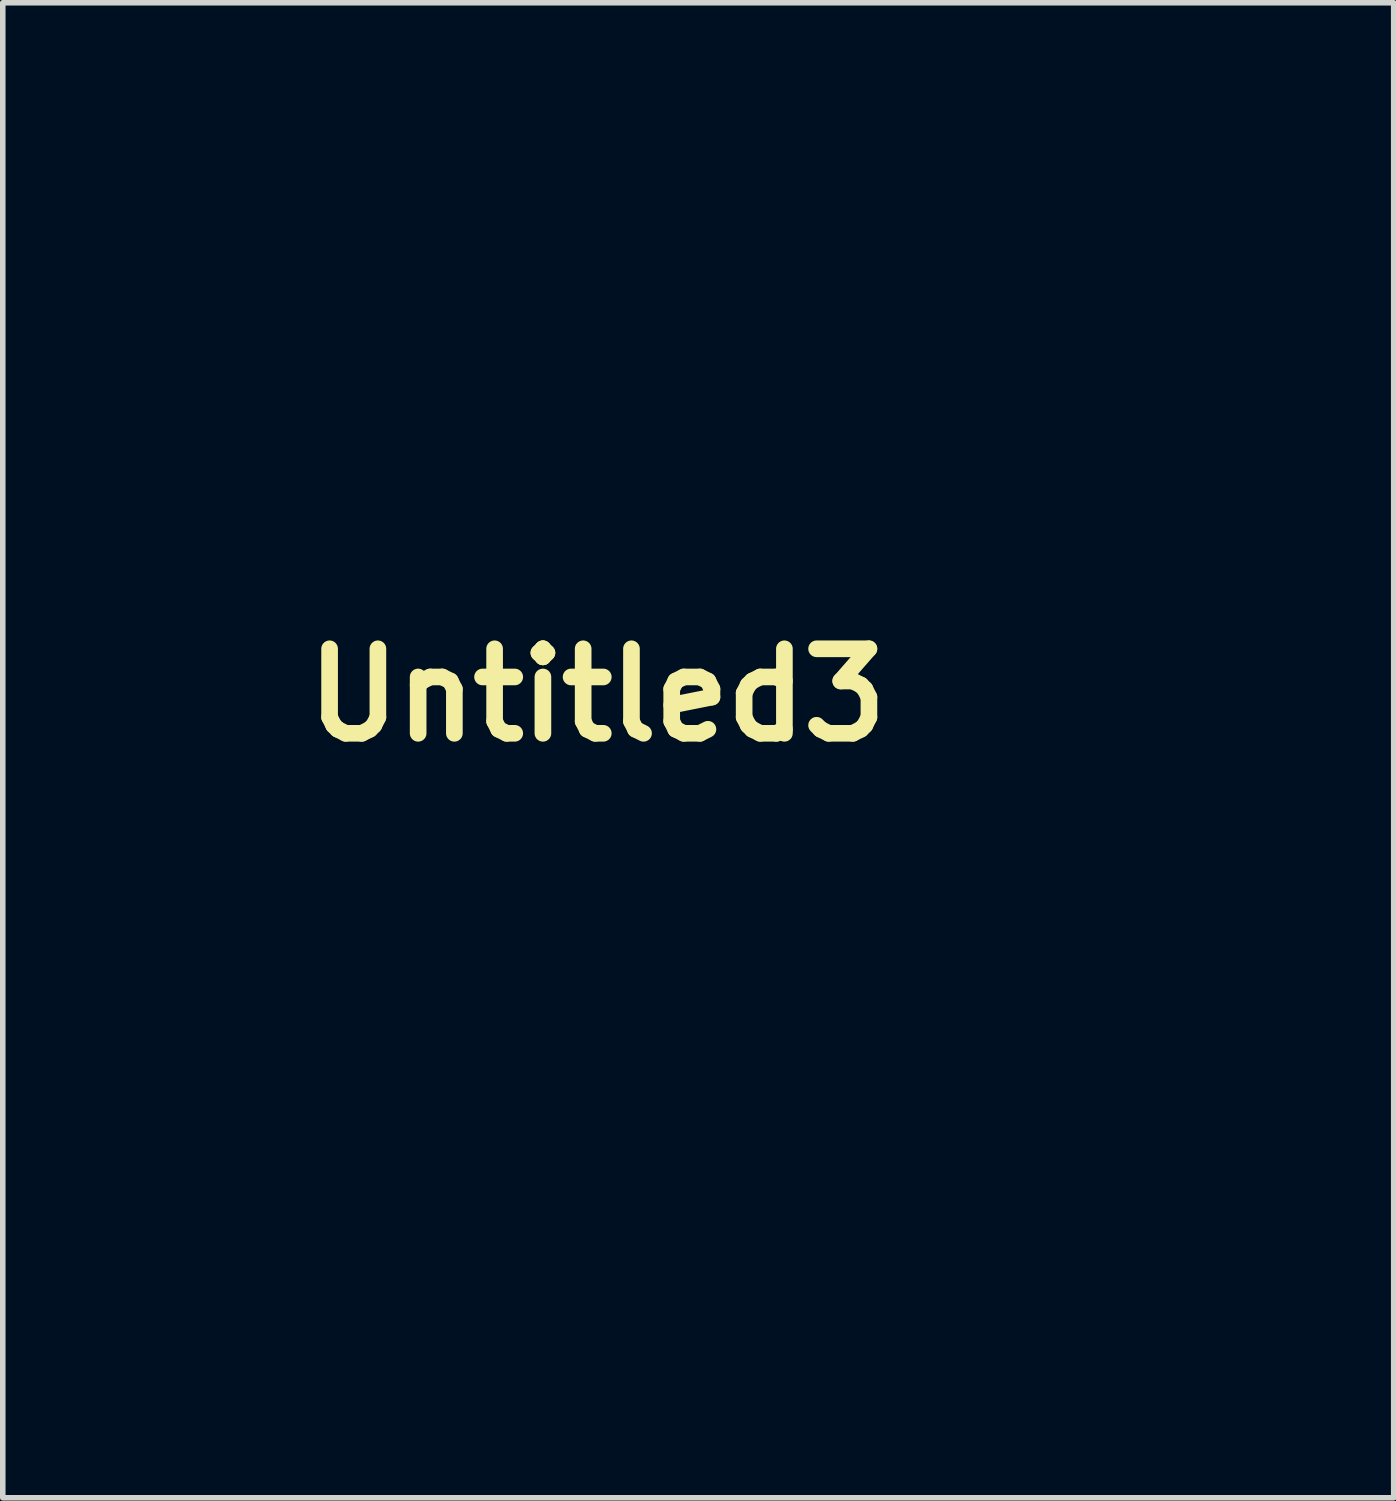
<source format=kicad_pcb>
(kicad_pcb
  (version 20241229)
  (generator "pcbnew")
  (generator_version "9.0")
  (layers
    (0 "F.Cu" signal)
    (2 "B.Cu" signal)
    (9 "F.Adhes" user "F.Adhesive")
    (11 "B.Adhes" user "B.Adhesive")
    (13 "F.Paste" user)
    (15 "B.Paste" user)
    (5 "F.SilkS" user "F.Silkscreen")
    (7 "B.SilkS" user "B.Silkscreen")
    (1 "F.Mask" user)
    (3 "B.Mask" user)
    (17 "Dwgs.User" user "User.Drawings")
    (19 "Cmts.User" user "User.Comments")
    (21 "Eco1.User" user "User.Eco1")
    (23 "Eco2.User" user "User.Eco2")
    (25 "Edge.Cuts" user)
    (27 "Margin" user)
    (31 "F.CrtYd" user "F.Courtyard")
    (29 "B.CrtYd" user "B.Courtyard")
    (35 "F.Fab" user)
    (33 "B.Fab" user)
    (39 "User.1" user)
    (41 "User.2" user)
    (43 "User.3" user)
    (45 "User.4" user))
  (footprint "Untitled3"
    (layer "F.Cu")
    (at 7.719 9.483)
    (property "Reference" "Untitled3" (at 0 0 0) (layer "F.SilkS") (effects (font (size 1.524 1.524) (thickness 0.3))))
    (attr through_hole)
    (fp_poly (pts (xy -3.81 -8.742) (xy -3.831 -8.721) (xy -3.852 -8.742) (xy -3.831 -8.763) (xy -3.81 -8.742)) (stroke (width 0.01) (type solid)) (fill yes) (layer "F.Mask"))
    (fp_poly (pts (xy -3.725 -8.784) (xy -3.747 -8.763) (xy -3.768 -8.784) (xy -3.747 -8.805) (xy -3.725 -8.784)) (stroke (width 0.01) (type solid)) (fill yes) (layer "F.Mask"))
    (fp_poly (pts (xy -3.725 -7.641) (xy -3.747 -7.62) (xy -3.768 -7.641) (xy -3.747 -7.662) (xy -3.725 -7.641)) (stroke (width 0.01) (type solid)) (fill yes) (layer "F.Mask"))
    (fp_poly (pts (xy -3.641 -7.684) (xy -3.662 -7.662) (xy -3.683 -7.684) (xy -3.662 -7.705) (xy -3.641 -7.684)) (stroke (width 0.01) (type solid)) (fill yes) (layer "F.Mask"))
    (fp_poly (pts (xy -3.429 -7.048) (xy -3.45 -7.027) (xy -3.471 -7.048) (xy -3.45 -7.07) (xy -3.429 -7.048)) (stroke (width 0.01) (type solid)) (fill yes) (layer "F.Mask"))
    (fp_poly (pts (xy -0.931 -7.895) (xy -0.953 -7.874) (xy -0.974 -7.895) (xy -0.953 -7.916) (xy -0.931 -7.895)) (stroke (width 0.01) (type solid)) (fill yes) (layer "F.Mask"))
    (fp_poly (pts (xy 1.566 -7.853) (xy 1.545 -7.832) (xy 1.524 -7.853) (xy 1.545 -7.874) (xy 1.566 -7.853)) (stroke (width 0.01) (type solid)) (fill yes) (layer "F.Mask"))
    (fp_poly (pts (xy -3.824 -7.606) (xy -3.83 -7.581) (xy -3.852 -7.578) (xy -3.887 -7.593) (xy -3.881 -7.606) (xy -3.83 -7.611) (xy -3.824 -7.606)) (stroke (width 0.01) (type solid)) (fill yes) (layer "F.Mask"))
    (fp_poly (pts (xy -3.316 -7.098) (xy -3.322 -7.073) (xy -3.344 -7.07) (xy -3.379 -7.085) (xy -3.373 -7.098) (xy -3.322 -7.103) (xy -3.316 -7.098)) (stroke (width 0.01) (type solid)) (fill yes) (layer "F.Mask"))
    (fp_poly (pts (xy -3.189 -9.003) (xy -3.195 -8.978) (xy -3.217 -8.975) (xy -3.252 -8.99) (xy -3.246 -9.003) (xy -3.195 -9.008) (xy -3.189 -9.003)) (stroke (width 0.01) (type solid)) (fill yes) (layer "F.Mask"))
    (fp_poly (pts (xy -3.144 -7.138) (xy -3.157 -7.118) (xy -3.2 -7.115) (xy -3.245 -7.126) (xy -3.225 -7.141) (xy -3.159 -7.146) (xy -3.144 -7.138)) (stroke (width 0.01) (type solid)) (fill yes) (layer "F.Mask"))
    (fp_poly (pts (xy -2.975 -7.18) (xy -2.987 -7.161) (xy -3.03 -7.158) (xy -3.076 -7.168) (xy -3.056 -7.183) (xy -2.99 -7.188) (xy -2.975 -7.18)) (stroke (width 0.01) (type solid)) (fill yes) (layer "F.Mask"))
    (fp_poly (pts (xy -2.893 -7.521) (xy -2.899 -7.496) (xy -2.921 -7.493) (xy -2.956 -7.508) (xy -2.949 -7.521) (xy -2.899 -7.526) (xy -2.893 -7.521)) (stroke (width 0.01) (type solid)) (fill yes) (layer "F.Mask"))
    (fp_poly (pts (xy -2.89 -0.237) (xy -2.903 -0.218) (xy -2.946 -0.215) (xy -2.991 -0.225) (xy -2.971 -0.241) (xy -2.905 -0.246) (xy -2.89 -0.237)) (stroke (width 0.01) (type solid)) (fill yes) (layer "F.Mask"))
    (fp_poly (pts (xy -2.639 -8.072) (xy -2.645 -8.046) (xy -2.667 -8.043) (xy -2.702 -8.059) (xy -2.695 -8.072) (xy -2.645 -8.077) (xy -2.639 -8.072)) (stroke (width 0.01) (type solid)) (fill yes) (layer "F.Mask"))
    (fp_poly (pts (xy -2.596 -7.648) (xy -2.602 -7.623) (xy -2.625 -7.62) (xy -2.66 -7.635) (xy -2.653 -7.648) (xy -2.603 -7.653) (xy -2.596 -7.648)) (stroke (width 0.01) (type solid)) (fill yes) (layer "F.Mask"))
    (fp_poly (pts (xy -2.554 -0.663) (xy -2.56 -0.638) (xy -2.582 -0.635) (xy -2.617 -0.65) (xy -2.611 -0.663) (xy -2.56 -0.668) (xy -2.554 -0.663)) (stroke (width 0.01) (type solid)) (fill yes) (layer "F.Mask"))
    (fp_poly (pts (xy -2.469 -7.691) (xy -2.475 -7.665) (xy -2.498 -7.662) (xy -2.533 -7.678) (xy -2.526 -7.691) (xy -2.476 -7.696) (xy -2.469 -7.691)) (stroke (width 0.01) (type solid)) (fill yes) (layer "F.Mask"))
    (fp_poly (pts (xy -2.467 -9.212) (xy -2.479 -9.193) (xy -2.522 -9.19) (xy -2.568 -9.2) (xy -2.548 -9.215) (xy -2.482 -9.22) (xy -2.467 -9.212)) (stroke (width 0.01) (type solid)) (fill yes) (layer "F.Mask"))
    (fp_poly (pts (xy -2.467 -8.111) (xy -2.479 -8.092) (xy -2.522 -8.089) (xy -2.568 -8.099) (xy -2.548 -8.115) (xy -2.482 -8.12) (xy -2.467 -8.111)) (stroke (width 0.01) (type solid)) (fill yes) (layer "F.Mask"))
    (fp_poly (pts (xy -2.297 -7.73) (xy -2.31 -7.711) (xy -2.353 -7.708) (xy -2.398 -7.718) (xy -2.379 -7.734) (xy -2.312 -7.739) (xy -2.297 -7.73)) (stroke (width 0.01) (type solid)) (fill yes) (layer "F.Mask"))
    (fp_poly (pts (xy -2.275 -9.257) (xy -2.27 -9.241) (xy -2.328 -9.235) (xy -2.388 -9.242) (xy -2.381 -9.257) (xy -2.295 -9.262) (xy -2.275 -9.257)) (stroke (width 0.01) (type solid)) (fill yes) (layer "F.Mask"))
    (fp_poly (pts (xy -2.275 -8.156) (xy -2.27 -8.141) (xy -2.328 -8.135) (xy -2.388 -8.141) (xy -2.381 -8.156) (xy -2.295 -8.162) (xy -2.275 -8.156)) (stroke (width 0.01) (type solid)) (fill yes) (layer "F.Mask"))
    (fp_poly (pts (xy -2.128 -7.773) (xy -2.141 -7.753) (xy -2.184 -7.75) (xy -2.229 -7.761) (xy -2.209 -7.776) (xy -2.143 -7.781) (xy -2.128 -7.773)) (stroke (width 0.01) (type solid)) (fill yes) (layer "F.Mask"))
    (fp_poly (pts (xy -2.088 6.999) (xy -2.094 7.024) (xy -2.117 7.027) (xy -2.152 7.012) (xy -2.145 6.999) (xy -2.095 6.994) (xy -2.088 6.999)) (stroke (width 0.01) (type solid)) (fill yes) (layer "F.Mask"))
    (fp_poly (pts (xy -2.086 -8.196) (xy -2.098 -8.177) (xy -2.141 -8.174) (xy -2.187 -8.184) (xy -2.167 -8.199) (xy -2.101 -8.204) (xy -2.086 -8.196)) (stroke (width 0.01) (type solid)) (fill yes) (layer "F.Mask"))
    (fp_poly (pts (xy -2.064 -9.299) (xy -2.058 -9.284) (xy -2.117 -9.278) (xy -2.177 -9.284) (xy -2.17 -9.299) (xy -2.083 -9.305) (xy -2.064 -9.299)) (stroke (width 0.01) (type solid)) (fill yes) (layer "F.Mask"))
    (fp_poly (pts (xy -1.937 -7.817) (xy -1.931 -7.802) (xy -1.99 -7.796) (xy -2.05 -7.803) (xy -2.043 -7.817) (xy -1.956 -7.823) (xy -1.937 -7.817)) (stroke (width 0.01) (type solid)) (fill yes) (layer "F.Mask"))
    (fp_poly (pts (xy -1.894 -8.241) (xy -1.889 -8.225) (xy -1.947 -8.219) (xy -2.007 -8.226) (xy -2 -8.241) (xy -1.914 -8.246) (xy -1.894 -8.241)) (stroke (width 0.01) (type solid)) (fill yes) (layer "F.Mask"))
    (fp_poly (pts (xy -1.834 10.724) (xy -1.829 10.775) (xy -1.834 10.781) (xy -1.86 10.775) (xy -1.863 10.753) (xy -1.847 10.718) (xy -1.834 10.724)) (stroke (width 0.01) (type solid)) (fill yes) (layer "F.Mask"))
    (fp_poly (pts (xy 1.047 -9.339) (xy 1.034 -9.32) (xy 0.991 -9.317) (xy 0.946 -9.327) (xy 0.966 -9.342) (xy 1.032 -9.347) (xy 1.047 -9.339)) (stroke (width 0.01) (type solid)) (fill yes) (layer "F.Mask"))
    (fp_poly (pts (xy 1.214 -7.267) (xy 1.208 -7.242) (xy 1.185 -7.239) (xy 1.15 -7.254) (xy 1.157 -7.267) (xy 1.207 -7.272) (xy 1.214 -7.267)) (stroke (width 0.01) (type solid)) (fill yes) (layer "F.Mask"))
    (fp_poly (pts (xy 1.216 -9.297) (xy 1.204 -9.277) (xy 1.161 -9.274) (xy 1.115 -9.285) (xy 1.135 -9.3) (xy 1.201 -9.305) (xy 1.216 -9.297)) (stroke (width 0.01) (type solid)) (fill yes) (layer "F.Mask"))
    (fp_poly (pts (xy 1.259 -0.153) (xy 1.246 -0.133) (xy 1.203 -0.13) (xy 1.158 -0.141) (xy 1.177 -0.156) (xy 1.244 -0.161) (xy 1.259 -0.153)) (stroke (width 0.01) (type solid)) (fill yes) (layer "F.Mask"))
    (fp_poly (pts (xy 1.341 -9.257) (xy 1.335 -9.232) (xy 1.312 -9.229) (xy 1.277 -9.244) (xy 1.284 -9.257) (xy 1.334 -9.262) (xy 1.341 -9.257)) (stroke (width 0.01) (type solid)) (fill yes) (layer "F.Mask"))
    (fp_poly (pts (xy 1.408 -7.309) (xy 1.413 -7.294) (xy 1.355 -7.288) (xy 1.295 -7.295) (xy 1.302 -7.309) (xy 1.388 -7.315) (xy 1.408 -7.309)) (stroke (width 0.01) (type solid)) (fill yes) (layer "F.Mask"))
    (fp_poly (pts (xy 1.468 -9.215) (xy 1.462 -9.189) (xy 1.439 -9.186) (xy 1.404 -9.202) (xy 1.411 -9.215) (xy 1.461 -9.22) (xy 1.468 -9.215)) (stroke (width 0.01) (type solid)) (fill yes) (layer "F.Mask"))
    (fp_poly (pts (xy 1.595 -9.172) (xy 1.589 -9.147) (xy 1.566 -9.144) (xy 1.531 -9.159) (xy 1.538 -9.172) (xy 1.588 -9.177) (xy 1.595 -9.172)) (stroke (width 0.01) (type solid)) (fill yes) (layer "F.Mask"))
    (fp_poly (pts (xy 2.232 -0.11) (xy 2.22 -0.091) (xy 2.177 -0.088) (xy 2.131 -0.098) (xy 2.151 -0.114) (xy 2.217 -0.119) (xy 2.232 -0.11)) (stroke (width 0.01) (type solid)) (fill yes) (layer "F.Mask"))
    (fp_poly (pts (xy 2.466 -7.394) (xy 2.471 -7.379) (xy 2.413 -7.373) (xy 2.353 -7.379) (xy 2.36 -7.394) (xy 2.447 -7.4) (xy 2.466 -7.394)) (stroke (width 0.01) (type solid)) (fill yes) (layer "F.Mask"))
    (fp_poly (pts (xy -2.729 -7.612) (xy -2.742 -7.58) (xy -2.782 -7.559) (xy -2.831 -7.546) (xy -2.811 -7.577) (xy -2.805 -7.583) (xy -2.75 -7.616) (xy -2.729 -7.612)) (stroke (width 0.01) (type solid)) (fill yes) (layer "F.Mask"))
    (fp_poly (pts (xy 2.646 -7.45) (xy 2.6 -7.415) (xy 2.552 -7.409) (xy 2.54 -7.425) (xy 2.573 -7.452) (xy 2.606 -7.467) (xy 2.649 -7.47) (xy 2.646 -7.45)) (stroke (width 0.01) (type solid)) (fill yes) (layer "F.Mask"))
    (fp_poly (pts (xy -3.527 -8.871) (xy -3.556 -8.848) (xy -3.633 -8.812) (xy -3.662 -8.807) (xy -3.669 -8.824) (xy -3.641 -8.848) (xy -3.563 -8.883) (xy -3.535 -8.889) (xy -3.527 -8.871)) (stroke (width 0.01) (type solid)) (fill yes) (layer "F.Mask"))
    (fp_poly (pts (xy -3.316 -8.956) (xy -3.344 -8.932) (xy -3.422 -8.897) (xy -3.45 -8.891) (xy -3.458 -8.909) (xy -3.429 -8.932) (xy -3.352 -8.968) (xy -3.323 -8.973) (xy -3.316 -8.956)) (stroke (width 0.01) (type solid)) (fill yes) (layer "F.Mask"))
    (fp_poly (pts (xy -2.889 7.083) (xy -2.876 7.095) (xy -2.935 7.102) (xy -2.963 7.102) (xy -3.04 7.098) (xy -3.049 7.087) (xy -3.037 7.083) (xy -2.93 7.076) (xy -2.889 7.083)) (stroke (width 0.01) (type solid)) (fill yes) (layer "F.Mask"))
    (fp_poly (pts (xy -2.783 -8.029) (xy -2.781 -8.015) (xy -2.847 -8.009) (xy -2.857 -8.009) (xy -2.923 -8.015) (xy -2.917 -8.028) (xy -2.91 -8.03) (xy -2.817 -8.037) (xy -2.783 -8.029)) (stroke (width 0.01) (type solid)) (fill yes) (layer "F.Mask"))
    (fp_poly (pts (xy -2.638 -9.168) (xy -2.667 -9.144) (xy -2.744 -9.108) (xy -2.773 -9.103) (xy -2.78 -9.12) (xy -2.752 -9.144) (xy -2.674 -9.18) (xy -2.646 -9.185) (xy -2.638 -9.168)) (stroke (width 0.01) (type solid)) (fill yes) (layer "F.Mask"))
    (fp_poly (pts (xy -2.613 7.042) (xy -2.612 7.056) (xy -2.678 7.061) (xy -2.688 7.061) (xy -2.754 7.055) (xy -2.748 7.042) (xy -2.74 7.04) (xy -2.648 7.034) (xy -2.613 7.042)) (stroke (width 0.01) (type solid)) (fill yes) (layer "F.Mask"))
    (fp_poly (pts (xy -1.788 7.041) (xy -1.778 7.052) (xy -1.839 7.058) (xy -1.884 7.059) (xy -1.966 7.055) (xy -1.978 7.045) (xy -1.957 7.04) (xy -1.847 7.033) (xy -1.788 7.041)) (stroke (width 0.01) (type solid)) (fill yes) (layer "F.Mask"))
    (fp_poly (pts (xy -1.746 -9.343) (xy -1.733 -9.33) (xy -1.792 -9.324) (xy -1.82 -9.323) (xy -1.897 -9.328) (xy -1.906 -9.339) (xy -1.894 -9.343) (xy -1.787 -9.349) (xy -1.746 -9.343)) (stroke (width 0.01) (type solid)) (fill yes) (layer "F.Mask"))
    (fp_poly (pts (xy -1.662 -7.861) (xy -1.648 -7.849) (xy -1.707 -7.842) (xy -1.736 -7.841) (xy -1.813 -7.846) (xy -1.822 -7.857) (xy -1.81 -7.861) (xy -1.702 -7.867) (xy -1.662 -7.861)) (stroke (width 0.01) (type solid)) (fill yes) (layer "F.Mask"))
    (fp_poly (pts (xy -1.556 -8.285) (xy -1.536 -8.274) (xy -1.589 -8.268) (xy -1.651 -8.267) (xy -1.743 -8.27) (xy -1.768 -8.278) (xy -1.746 -8.285) (xy -1.623 -8.292) (xy -1.556 -8.285)) (stroke (width 0.01) (type solid)) (fill yes) (layer "F.Mask"))
    (fp_poly (pts (xy -1.301 -9.385) (xy -1.284 -9.376) (xy -1.34 -9.369) (xy -1.418 -9.368) (xy -1.514 -9.371) (xy -1.542 -9.379) (xy -1.513 -9.386) (xy -1.388 -9.393) (xy -1.301 -9.385)) (stroke (width 0.01) (type solid)) (fill yes) (layer "F.Mask"))
    (fp_poly (pts (xy -1.196 -8.327) (xy -1.183 -8.314) (xy -1.241 -8.308) (xy -1.27 -8.307) (xy -1.347 -8.312) (xy -1.356 -8.323) (xy -1.344 -8.327) (xy -1.237 -8.333) (xy -1.196 -8.327)) (stroke (width 0.01) (type solid)) (fill yes) (layer "F.Mask"))
    (fp_poly (pts (xy -0.962 -9.426) (xy -0.961 -9.412) (xy -1.027 -9.406) (xy -1.037 -9.406) (xy -1.103 -9.412) (xy -1.097 -9.425) (xy -1.089 -9.427) (xy -0.997 -9.434) (xy -0.962 -9.426)) (stroke (width 0.01) (type solid)) (fill yes) (layer "F.Mask"))
    (fp_poly (pts (xy -0.751 -0.79) (xy -0.749 -0.776) (xy -0.815 -0.77) (xy -0.826 -0.77) (xy -0.891 -0.776) (xy -0.885 -0.789) (xy -0.878 -0.791) (xy -0.785 -0.798) (xy -0.751 -0.79)) (stroke (width 0.01) (type solid)) (fill yes) (layer "F.Mask"))
    (fp_poly (pts (xy -0.726 -1.331) (xy -0.72 -1.312) (xy -0.755 -1.278) (xy -0.807 -1.27) (xy -0.865 -1.286) (xy -0.868 -1.312) (xy -0.807 -1.351) (xy -0.781 -1.355) (xy -0.726 -1.331)) (stroke (width 0.01) (type solid)) (fill yes) (layer "F.Mask"))
    (fp_poly (pts (xy 0.349 -7.904) (xy 0.369 -7.893) (xy 0.316 -7.887) (xy 0.254 -7.886) (xy 0.162 -7.889) (xy 0.137 -7.897) (xy 0.159 -7.904) (xy 0.282 -7.911) (xy 0.349 -7.904)) (stroke (width 0.01) (type solid)) (fill yes) (layer "F.Mask"))
    (fp_poly (pts (xy 0.837 -9.385) (xy 0.846 -9.373) (xy 0.786 -9.367) (xy 0.741 -9.366) (xy 0.659 -9.371) (xy 0.646 -9.38) (xy 0.667 -9.386) (xy 0.778 -9.392) (xy 0.837 -9.385)) (stroke (width 0.01) (type solid)) (fill yes) (layer "F.Mask"))
    (fp_poly (pts (xy 1.048 -7.226) (xy 1.058 -7.214) (xy 0.997 -7.208) (xy 0.953 -7.207) (xy 0.871 -7.212) (xy 0.858 -7.221) (xy 0.879 -7.227) (xy 0.989 -7.233) (xy 1.048 -7.226)) (stroke (width 0.01) (type solid)) (fill yes) (layer "F.Mask"))
    (fp_poly (pts (xy 1.451 -7.902) (xy 1.452 -7.888) (xy 1.386 -7.882) (xy 1.376 -7.882) (xy 1.31 -7.888) (xy 1.316 -7.901) (xy 1.324 -7.903) (xy 1.416 -7.91) (xy 1.451 -7.902)) (stroke (width 0.01) (type solid)) (fill yes) (layer "F.Mask"))
    (fp_poly (pts (xy 1.742 -9.122) (xy 1.778 -9.102) (xy 1.812 -9.068) (xy 1.799 -9.061) (xy 1.73 -9.082) (xy 1.693 -9.102) (xy 1.659 -9.135) (xy 1.672 -9.143) (xy 1.742 -9.122)) (stroke (width 0.01) (type solid)) (fill yes) (layer "F.Mask"))
    (fp_poly (pts (xy 1.894 -7.354) (xy 1.921 -7.345) (xy 1.873 -7.338) (xy 1.778 -7.336) (xy 1.673 -7.339) (xy 1.634 -7.346) (xy 1.662 -7.354) (xy 1.798 -7.361) (xy 1.894 -7.354)) (stroke (width 0.01) (type solid)) (fill yes) (layer "F.Mask"))
    (fp_poly (pts (xy 1.953 -9.037) (xy 1.99 -9.017) (xy 2.024 -8.983) (xy 2.011 -8.976) (xy 1.941 -8.997) (xy 1.905 -9.017) (xy 1.871 -9.051) (xy 1.884 -9.058) (xy 1.953 -9.037)) (stroke (width 0.01) (type solid)) (fill yes) (layer "F.Mask"))
    (fp_poly (pts (xy 2 -0.58) (xy 2.02 -0.57) (xy 1.967 -0.563) (xy 1.905 -0.562) (xy 1.813 -0.565) (xy 1.788 -0.574) (xy 1.81 -0.58) (xy 1.933 -0.587) (xy 2 -0.58)) (stroke (width 0.01) (type solid)) (fill yes) (layer "F.Mask"))
    (fp_poly (pts (xy 2.255 -7.351) (xy 2.256 -7.338) (xy 2.19 -7.332) (xy 2.18 -7.332) (xy 2.115 -7.338) (xy 2.121 -7.351) (xy 2.128 -7.353) (xy 2.22 -7.359) (xy 2.255 -7.351)) (stroke (width 0.01) (type solid)) (fill yes) (layer "F.Mask"))
    (fp_poly (pts (xy 2.382 3.105) (xy 2.383 3.119) (xy 2.317 3.124) (xy 2.307 3.124) (xy 2.242 3.118) (xy 2.248 3.105) (xy 2.255 3.103) (xy 2.347 3.097) (xy 2.382 3.105)) (stroke (width 0.01) (type solid)) (fill yes) (layer "F.Mask"))
    (fp_poly (pts (xy 2.636 3.147) (xy 2.637 3.161) (xy 2.571 3.167) (xy 2.561 3.167) (xy 2.496 3.161) (xy 2.502 3.148) (xy 2.509 3.146) (xy 2.601 3.139) (xy 2.636 3.147)) (stroke (width 0.01) (type solid)) (fill yes) (layer "F.Mask"))
    (fp_poly (pts (xy 3.291 3.273) (xy 3.305 3.285) (xy 3.246 3.292) (xy 3.217 3.292) (xy 3.14 3.288) (xy 3.131 3.277) (xy 3.143 3.273) (xy 3.251 3.266) (xy 3.291 3.273)) (stroke (width 0.01) (type solid)) (fill yes) (layer "F.Mask"))
    (fp_poly (pts (xy 3.651 3.314) (xy 3.671 3.325) (xy 3.618 3.332) (xy 3.556 3.333) (xy 3.464 3.33) (xy 3.439 3.321) (xy 3.461 3.314) (xy 3.584 3.307) (xy 3.651 3.314)) (stroke (width 0.01) (type solid)) (fill yes) (layer "F.Mask"))
    (fp_poly (pts (xy 3.991 3.359) (xy 3.992 3.373) (xy 3.926 3.378) (xy 3.916 3.378) (xy 3.85 3.372) (xy 3.856 3.359) (xy 3.864 3.357) (xy 3.956 3.351) (xy 3.991 3.359)) (stroke (width 0.01) (type solid)) (fill yes) (layer "F.Mask"))
    (fp_poly (pts (xy -3.555 -6.988) (xy -3.598 -6.946) (xy -3.684 -6.886) (xy -3.745 -6.86) (xy -3.747 -6.86) (xy -3.754 -6.877) (xy -3.725 -6.902) (xy -3.628 -6.964) (xy -3.567 -6.994) (xy -3.555 -6.988)) (stroke (width 0.01) (type solid)) (fill yes) (layer "F.Mask"))
    (fp_poly (pts (xy -3.135 -0.317) (xy -3.09 -0.296) (xy -3.057 -0.265) (xy -3.097 -0.264) (xy -3.205 -0.292) (xy -3.217 -0.296) (xy -3.283 -0.321) (xy -3.27 -0.332) (xy -3.239 -0.334) (xy -3.135 -0.317)) (stroke (width 0.01) (type solid)) (fill yes) (layer "F.Mask"))
    (fp_poly (pts (xy -2.849 -9.096) (xy -2.854 -9.081) (xy -2.937 -9.058) (xy -3.006 -9.044) (xy -3.095 -9.033) (xy -3.107 -9.046) (xy -3.09 -9.059) (xy -2.998 -9.092) (xy -2.925 -9.101) (xy -2.849 -9.096)) (stroke (width 0.01) (type solid)) (fill yes) (layer "F.Mask"))
    (fp_poly (pts (xy -2.55 -7.227) (xy -2.526 -7.218) (xy -2.577 -7.212) (xy -2.688 -7.21) (xy -2.797 -7.212) (xy -2.839 -7.219) (xy -2.805 -7.227) (xy -2.804 -7.227) (xy -2.666 -7.234) (xy -2.55 -7.227)) (stroke (width 0.01) (type solid)) (fill yes) (layer "F.Mask"))
    (fp_poly (pts (xy -1.831 10.857) (xy -1.865 10.904) (xy -1.94 10.959) (xy -1.96 10.97) (xy -2.023 11.001) (xy -2.024 10.988) (xy -1.973 10.928) (xy -1.902 10.862) (xy -1.854 10.837) (xy -1.831 10.857)) (stroke (width 0.01) (type solid)) (fill yes) (layer "F.Mask"))
    (fp_poly (pts (xy -0.519 -1.328) (xy -0.413 -1.299) (xy -0.392 -1.28) (xy -0.454 -1.271) (xy -0.501 -1.27) (xy -0.593 -1.282) (xy -0.635 -1.311) (xy -0.635 -1.313) (xy -0.6 -1.337) (xy -0.519 -1.328)) (stroke (width 0.01) (type solid)) (fill yes) (layer "F.Mask"))
    (fp_poly (pts (xy 2.914 3.196) (xy 2.985 3.217) (xy 3.027 3.243) (xy 3 3.251) (xy 2.917 3.24) (xy 2.815 3.217) (xy 2.735 3.195) (xy 2.734 3.186) (xy 2.794 3.183) (xy 2.914 3.196)) (stroke (width 0.01) (type solid)) (fill yes) (layer "F.Mask"))
    (fp_poly (pts (xy -3.408 -7.303) (xy -3.468 -7.262) (xy -3.471 -7.26) (xy -3.562 -7.216) (xy -3.619 -7.2) (xy -3.619 -7.217) (xy -3.559 -7.258) (xy -3.556 -7.26) (xy -3.465 -7.304) (xy -3.408 -7.321) (xy -3.408 -7.303)) (stroke (width 0.01) (type solid)) (fill yes) (layer "F.Mask"))
    (fp_poly (pts (xy -0.573 -7.308) (xy -0.351 -7.298) (xy -0.169 -7.283) (xy 0.106 -7.252) (xy -0.212 -7.253) (xy -0.425 -7.258) (xy -0.658 -7.269) (xy -0.826 -7.281) (xy -1.122 -7.309) (xy -0.783 -7.311) (xy -0.573 -7.308)) (stroke (width 0.01) (type solid)) (fill yes) (layer "F.Mask"))
    (fp_poly (pts (xy -0.561 -8.371) (xy -0.524 -8.363) (xy -0.562 -8.357) (xy -0.668 -8.354) (xy -0.72 -8.354) (xy -0.847 -8.356) (xy -0.91 -8.361) (xy -0.901 -8.368) (xy -0.878 -8.371) (xy -0.719 -8.377) (xy -0.561 -8.371)) (stroke (width 0.01) (type solid)) (fill yes) (layer "F.Mask"))
    (fp_poly (pts (xy 0.349 -9.429) (xy 0.381 -9.42) (xy 0.338 -9.414) (xy 0.229 -9.412) (xy 0.212 -9.412) (xy 0.095 -9.414) (xy 0.044 -9.419) (xy 0.066 -9.428) (xy 0.074 -9.429) (xy 0.223 -9.436) (xy 0.349 -9.429)) (stroke (width 0.01) (type solid)) (fill yes) (layer "F.Mask"))
    (fp_poly (pts (xy 1.111 -7.862) (xy 1.143 -7.854) (xy 1.1 -7.848) (xy 0.991 -7.845) (xy 0.974 -7.845) (xy 0.857 -7.847) (xy 0.806 -7.853) (xy 0.828 -7.861) (xy 0.836 -7.862) (xy 0.985 -7.869) (xy 1.111 -7.862)) (stroke (width 0.01) (type solid)) (fill yes) (layer "F.Mask"))
    (fp_poly (pts (xy 1.902 -8.078) (xy 1.872 -8.006) (xy 1.796 -7.923) (xy 1.706 -7.857) (xy 1.635 -7.833) (xy 1.628 -7.851) (xy 1.672 -7.883) (xy 1.811 -7.988) (xy 1.874 -8.086) (xy 1.894 -8.123) (xy 1.902 -8.078)) (stroke (width 0.01) (type solid)) (fill yes) (layer "F.Mask"))
    (fp_poly (pts (xy -2.274 -0.244) (xy -2.253 -0.242) (xy -2.219 -0.235) (xy -2.259 -0.23) (xy -2.367 -0.226) (xy -2.434 -0.226) (xy -2.565 -0.228) (xy -2.631 -0.233) (xy -2.623 -0.239) (xy -2.592 -0.243) (xy -2.432 -0.249) (xy -2.274 -0.244)) (stroke (width 0.01) (type solid)) (fill yes) (layer "F.Mask"))
    (fp_poly (pts (xy -2.158 10.527) (xy -2.173 10.594) (xy -2.222 10.669) (xy -2.236 10.683) (xy -2.321 10.745) (xy -2.364 10.736) (xy -2.371 10.696) (xy -2.342 10.629) (xy -2.276 10.553) (xy -2.207 10.503) (xy -2.187 10.499) (xy -2.158 10.527)) (stroke (width 0.01) (type solid)) (fill yes) (layer "F.Mask"))
    (fp_poly (pts (xy -0.388 -9.473) (xy -0.37 -9.471) (xy -0.328 -9.464) (xy -0.362 -9.459) (xy -0.465 -9.456) (xy -0.55 -9.455) (xy -0.688 -9.457) (xy -0.762 -9.461) (xy -0.764 -9.467) (xy -0.73 -9.471) (xy -0.562 -9.478) (xy -0.388 -9.473)) (stroke (width 0.01) (type solid)) (fill yes) (layer "F.Mask"))
    (fp_poly (pts (xy -0.388 -7.949) (xy -0.37 -7.947) (xy -0.328 -7.94) (xy -0.362 -7.935) (xy -0.465 -7.932) (xy -0.55 -7.931) (xy -0.688 -7.933) (xy -0.762 -7.937) (xy -0.764 -7.943) (xy -0.73 -7.947) (xy -0.562 -7.954) (xy -0.388 -7.949)) (stroke (width 0.01) (type solid)) (fill yes) (layer "F.Mask"))
    (fp_poly (pts (xy 0.533 -7.228) (xy 0.539 -7.228) (xy 0.579 -7.22) (xy 0.543 -7.214) (xy 0.438 -7.211) (xy 0.402 -7.211) (xy 0.279 -7.212) (xy 0.217 -7.218) (xy 0.229 -7.225) (xy 0.242 -7.227) (xy 0.382 -7.234) (xy 0.533 -7.228)) (stroke (width 0.01) (type solid)) (fill yes) (layer "F.Mask"))
    (fp_poly (pts (xy 2.775 -8.312) (xy 2.827 -8.225) (xy 2.841 -8.198) (xy 2.89 -8.096) (xy 2.912 -8.029) (xy 2.91 -8.019) (xy 2.884 -8.042) (xy 2.838 -8.12) (xy 2.823 -8.151) (xy 2.771 -8.27) (xy 2.755 -8.325) (xy 2.775 -8.312)) (stroke (width 0.01) (type solid)) (fill yes) (layer "F.Mask"))
    (fp_poly (pts (xy 2.959 -7.872) (xy 2.959 -7.864) (xy 2.925 -7.734) (xy 2.847 -7.629) (xy 2.793 -7.577) (xy 2.791 -7.581) (xy 2.809 -7.605) (xy 2.876 -7.715) (xy 2.921 -7.839) (xy 2.944 -7.927) (xy 2.954 -7.937) (xy 2.959 -7.872)) (stroke (width 0.01) (type solid)) (fill yes) (layer "F.Mask"))
    (fp_poly (pts (xy -3.162 7.129) (xy -3.226 7.164) (xy -3.254 7.177) (xy -3.361 7.218) (xy -3.438 7.237) (xy -3.444 7.237) (xy -3.442 7.222) (xy -3.378 7.187) (xy -3.35 7.174) (xy -3.243 7.133) (xy -3.166 7.114) (xy -3.16 7.114) (xy -3.162 7.129)) (stroke (width 0.01) (type solid)) (fill yes) (layer "F.Mask"))
    (fp_poly (pts (xy -3.048 -7.474) (xy -3.081 -7.443) (xy -3.159 -7.396) (xy -3.249 -7.351) (xy -3.318 -7.325) (xy -3.328 -7.324) (xy -3.342 -7.338) (xy -3.341 -7.339) (xy -3.286 -7.375) (xy -3.2 -7.418) (xy -3.113 -7.457) (xy -3.056 -7.476) (xy -3.048 -7.474)) (stroke (width 0.01) (type solid)) (fill yes) (layer "F.Mask"))
    (fp_poly (pts (xy -2.098 11.027) (xy -2.157 11.076) (xy -2.18 11.091) (xy -2.304 11.148) (xy -2.43 11.17) (xy -2.434 11.169) (xy -2.561 11.163) (xy -2.436 11.145) (xy -2.313 11.11) (xy -2.226 11.067) (xy -2.143 11.02) (xy -2.097 11.007) (xy -2.098 11.027)) (stroke (width 0.01) (type solid)) (fill yes) (layer "F.Mask"))
    (fp_poly (pts (xy -1.021 -7.951) (xy -1.02 -7.943) (xy -1.068 -7.932) (xy -1.175 -7.917) (xy -1.291 -7.905) (xy -1.417 -7.897) (xy -1.475 -7.902) (xy -1.46 -7.917) (xy -1.39 -7.934) (xy -1.285 -7.948) (xy -1.171 -7.956) (xy -1.074 -7.958) (xy -1.021 -7.951)) (stroke (width 0.01) (type solid)) (fill yes) (layer "F.Mask"))
    (fp_poly (pts (xy -0.227 -1.252) (xy -0.14 -1.232) (xy -0.036 -1.2) (xy 0.063 -1.163) (xy 0.136 -1.131) (xy 0.161 -1.111) (xy 0.148 -1.108) (xy 0.088 -1.122) (xy -0.025 -1.156) (xy -0.127 -1.191) (xy -0.232 -1.231) (xy -0.266 -1.252) (xy -0.227 -1.252)) (stroke (width 0.01) (type solid)) (fill yes) (layer "F.Mask"))
    (fp_poly (pts (xy 1.083 -8.881) (xy 1.138 -8.842) (xy 1.143 -8.825) (xy 1.132 -8.808) (xy 1.082 -8.832) (xy 1.062 -8.844) (xy 0.971 -8.866) (xy 0.935 -8.861) (xy 0.892 -8.851) (xy 0.922 -8.878) (xy 0.929 -8.883) (xy 1 -8.898) (xy 1.083 -8.881)) (stroke (width 0.01) (type solid)) (fill yes) (layer "F.Mask"))
    (fp_poly (pts (xy 1.46 -0.648) (xy 1.585 -0.631) (xy 1.67 -0.615) (xy 1.69 -0.608) (xy 1.675 -0.595) (xy 1.604 -0.594) (xy 1.505 -0.601) (xy 1.405 -0.616) (xy 1.334 -0.635) (xy 1.333 -0.635) (xy 1.314 -0.654) (xy 1.374 -0.656) (xy 1.46 -0.648)) (stroke (width 0.01) (type solid)) (fill yes) (layer "F.Mask"))
    (fp_poly (pts (xy -3.569 7.255) (xy -3.629 7.284) (xy -3.745 7.325) (xy -3.747 7.325) (xy -3.904 7.373) (xy -4.005 7.398) (xy -4.043 7.4) (xy -4.011 7.379) (xy -3.905 7.336) (xy -3.873 7.324) (xy -3.736 7.279) (xy -3.62 7.25) (xy -3.577 7.245) (xy -3.569 7.255)) (stroke (width 0.01) (type solid)) (fill yes) (layer "F.Mask"))
    (fp_poly (pts (xy -1.589 -7.275) (xy -1.429 -7.27) (xy -1.361 -7.266) (xy -1.372 -7.261) (xy -1.455 -7.258) (xy -1.604 -7.256) (xy -1.736 -7.256) (xy -1.924 -7.257) (xy -2.051 -7.259) (xy -2.111 -7.263) (xy -2.096 -7.267) (xy -2.043 -7.27) (xy -1.827 -7.276) (xy -1.589 -7.275)) (stroke (width 0.01) (type solid)) (fill yes) (layer "F.Mask"))
    (fp_poly (pts (xy -2.612 11.162) (xy -2.686 11.251) (xy -2.781 11.346) (xy -2.875 11.425) (xy -2.946 11.467) (xy -2.958 11.469) (xy -3.002 11.462) (xy -2.963 11.444) (xy -2.901 11.402) (xy -2.808 11.317) (xy -2.741 11.247) (xy -2.656 11.157) (xy -2.598 11.106) (xy -2.582 11.102) (xy -2.612 11.162)) (stroke (width 0.01) (type solid)) (fill yes) (layer "F.Mask"))
    (fp_poly (pts (xy -0.212 4.521) (xy -0.243 4.584) (xy -0.257 4.595) (xy -0.309 4.648) (xy -0.375 4.741) (xy -0.384 4.757) (xy -0.436 4.83) (xy -0.464 4.849) (xy -0.466 4.842) (xy -0.441 4.784) (xy -0.379 4.688) (xy -0.339 4.636) (xy -0.266 4.553) (xy -0.22 4.516) (xy -0.212 4.521)) (stroke (width 0.01) (type solid)) (fill yes) (layer "F.Mask"))
    (fp_poly (pts (xy 1.574 -0.099) (xy 1.651 -0.096) (xy 1.858 -0.084) (xy 1.989 -0.073) (xy 2.043 -0.063) (xy 2.018 -0.055) (xy 1.913 -0.05) (xy 1.778 -0.049) (xy 1.611 -0.053) (xy 1.469 -0.064) (xy 1.38 -0.08) (xy 1.376 -0.081) (xy 1.376 -0.094) (xy 1.447 -0.1) (xy 1.574 -0.099)) (stroke (width 0.01) (type solid)) (fill yes) (layer "F.Mask"))
    (fp_poly (pts (xy -3.697 -7.183) (xy -3.715 -7.156) (xy -3.769 -7.133) (xy -3.834 -7.092) (xy -3.846 -7.013) (xy -3.843 -6.981) (xy -3.831 -6.889) (xy -3.837 -6.862) (xy -3.865 -6.885) (xy -3.866 -6.886) (xy -3.897 -6.968) (xy -3.878 -7.069) (xy -3.82 -7.148) (xy -3.806 -7.156) (xy -3.731 -7.185) (xy -3.697 -7.183)) (stroke (width 0.01) (type solid)) (fill yes) (layer "F.Mask"))
    (fp_poly (pts (xy -3.04 -7.979) (xy -3.114 -7.933) (xy -3.233 -7.867) (xy -3.26 -7.853) (xy -3.4 -7.782) (xy -3.512 -7.731) (xy -3.574 -7.709) (xy -3.577 -7.709) (xy -3.564 -7.726) (xy -3.49 -7.773) (xy -3.371 -7.839) (xy -3.344 -7.853) (xy -3.204 -7.923) (xy -3.092 -7.975) (xy -3.03 -7.997) (xy -3.027 -7.997) (xy -3.04 -7.979)) (stroke (width 0.01) (type solid)) (fill yes) (layer "F.Mask"))
    (fp_poly (pts (xy -3.332 -0.9) (xy -3.322 -0.886) (xy -3.244 -0.826) (xy -3.096 -0.771) (xy -2.891 -0.726) (xy -2.857 -0.72) (xy -2.738 -0.701) (xy -2.697 -0.691) (xy -2.732 -0.687) (xy -2.815 -0.686) (xy -2.971 -0.7) (xy -3.133 -0.738) (xy -3.154 -0.745) (xy -3.266 -0.795) (xy -3.359 -0.85) (xy -3.415 -0.899) (xy -3.418 -0.928) (xy -3.398 -0.931) (xy -3.332 -0.9)) (stroke (width 0.01) (type solid)) (fill yes) (layer "F.Mask"))
    (fp_poly (pts (xy 0.387 -1.745) (xy 0.328 -1.694) (xy 0.247 -1.645) (xy 0.116 -1.581) (xy -0.043 -1.511) (xy -0.206 -1.445) (xy -0.351 -1.392) (xy -0.455 -1.361) (xy -0.486 -1.357) (xy -0.469 -1.373) (xy -0.389 -1.411) (xy -0.26 -1.466) (xy -0.187 -1.495) (xy -0.015 -1.566) (xy 0.139 -1.636) (xy 0.248 -1.692) (xy 0.267 -1.704) (xy 0.363 -1.762) (xy 0.406 -1.775) (xy 0.387 -1.745)) (stroke (width 0.01) (type solid)) (fill yes) (layer "F.Mask"))
    (fp_poly (pts (xy 2.156 -8.949) (xy 2.24 -8.883) (xy 2.35 -8.788) (xy 2.469 -8.68) (xy 2.584 -8.572) (xy 2.679 -8.477) (xy 2.739 -8.409) (xy 2.75 -8.383) (xy 2.75 -8.383) (xy 2.712 -8.411) (xy 2.632 -8.484) (xy 2.527 -8.589) (xy 2.517 -8.599) (xy 2.391 -8.721) (xy 2.268 -8.829) (xy 2.18 -8.895) (xy 2.112 -8.946) (xy 2.102 -8.973) (xy 2.111 -8.975) (xy 2.156 -8.949)) (stroke (width 0.01) (type solid)) (fill yes) (layer "F.Mask"))
    (fp_poly (pts (xy -1.022 -0.747) (xy -1.075 -0.72) (xy -1.13 -0.701) (xy -1.247 -0.656) (xy -1.41 -0.581) (xy -1.591 -0.491) (xy -1.669 -0.45) (xy -1.838 -0.361) (xy -1.966 -0.297) (xy -2.046 -0.262) (xy -2.072 -0.257) (xy -2.037 -0.285) (xy -1.935 -0.348) (xy -1.905 -0.366) (xy -1.707 -0.475) (xy -1.506 -0.577) (xy -1.32 -0.663) (xy -1.165 -0.726) (xy -1.06 -0.757) (xy -1.038 -0.759) (xy -1.022 -0.747)) (stroke (width 0.01) (type solid)) (fill yes) (layer "F.Mask"))
    (fp_poly (pts (xy 0.296 -1.078) (xy 0.391 -1.042) (xy 0.526 -0.981) (xy 0.635 -0.927) (xy 0.799 -0.848) (xy 0.969 -0.777) (xy 1.058 -0.745) (xy 1.155 -0.711) (xy 1.195 -0.689) (xy 1.185 -0.685) (xy 1.097 -0.697) (xy 1.015 -0.717) (xy 0.937 -0.747) (xy 0.823 -0.797) (xy 0.69 -0.859) (xy 0.554 -0.926) (xy 0.43 -0.989) (xy 0.335 -1.041) (xy 0.285 -1.073) (xy 0.294 -1.078) (xy 0.296 -1.078)) (stroke (width 0.01) (type solid)) (fill yes) (layer "F.Mask"))
    (fp_poly (pts (xy 0.247 3.67) (xy 0.249 3.704) (xy 0.218 3.784) (xy 0.126 3.896) (xy 0.039 3.979) (xy -0.12 4.144) (xy -0.203 4.29) (xy -0.211 4.318) (xy -0.234 4.412) (xy -0.244 4.427) (xy -0.249 4.367) (xy -0.25 4.341) (xy -0.238 4.258) (xy -0.189 4.172) (xy -0.091 4.062) (xy -0.026 4) (xy 0.089 3.883) (xy 0.178 3.778) (xy 0.222 3.706) (xy 0.223 3.702) (xy 0.24 3.644) (xy 0.247 3.67)) (stroke (width 0.01) (type solid)) (fill yes) (layer "F.Mask"))
    (fp_poly (pts (xy -0.417 -0.788) (xy -0.274 -0.747) (xy -0.1 -0.688) (xy 0.083 -0.619) (xy 0.252 -0.547) (xy 0.37 -0.49) (xy 0.604 -0.372) (xy 0.824 -0.276) (xy 1.002 -0.212) (xy 1.016 -0.208) (xy 1.122 -0.179) (xy 1.016 -0.178) (xy 0.896 -0.198) (xy 0.804 -0.233) (xy 0.467 -0.402) (xy 0.138 -0.55) (xy -0.155 -0.665) (xy -0.254 -0.699) (xy -0.392 -0.746) (xy -0.483 -0.782) (xy -0.511 -0.801) (xy -0.505 -0.802) (xy -0.417 -0.788)) (stroke (width 0.01) (type solid)) (fill yes) (layer "F.Mask"))
    (fp_poly (pts (xy 0.337 8.53) (xy 0.313 8.594) (xy 0.274 8.655) (xy 0.225 8.762) (xy 0.212 8.848) (xy 0.192 8.957) (xy 0.159 9.022) (xy 0.088 9.09) (xy 0.001 9.151) (xy -0.078 9.19) (xy -0.123 9.195) (xy -0.127 9.186) (xy -0.093 9.136) (xy -0.053 9.115) (xy 0.083 9.034) (xy 0.159 8.917) (xy 0.17 8.852) (xy 0.193 8.74) (xy 0.25 8.621) (xy 0.254 8.615) (xy 0.308 8.543) (xy 0.336 8.525) (xy 0.337 8.53)) (stroke (width 0.01) (type solid)) (fill yes) (layer "F.Mask"))
    (fp_poly (pts (xy 0.819 -8.828) (xy 0.745 -8.783) (xy 0.656 -8.735) (xy 0.477 -8.635) (xy 0.366 -8.552) (xy 0.31 -8.472) (xy 0.296 -8.397) (xy 0.292 -8.347) (xy 0.268 -8.318) (xy 0.205 -8.305) (xy 0.088 -8.303) (xy -0.032 -8.306) (xy -0.36 -8.314) (xy -0.053 -8.329) (xy 0.108 -8.339) (xy 0.202 -8.355) (xy 0.245 -8.382) (xy 0.254 -8.419) (xy 0.283 -8.5) (xy 0.349 -8.582) (xy 0.436 -8.647) (xy 0.556 -8.72) (xy 0.681 -8.788) (xy 0.785 -8.834) (xy 0.834 -8.846) (xy 0.819 -8.828)) (stroke (width 0.01) (type solid)) (fill yes) (layer "F.Mask"))
    (fp_poly (pts (xy -3.813 -8.64) (xy -3.84 -8.584) (xy -3.912 -8.486) (xy -4.018 -8.364) (xy -4.064 -8.315) (xy -4.193 -8.175) (xy -4.271 -8.072) (xy -4.308 -7.987) (xy -4.318 -7.905) (xy -4.282 -7.751) (xy -4.178 -7.645) (xy -4.085 -7.608) (xy -4.03 -7.592) (xy -4.055 -7.585) (xy -4.094 -7.583) (xy -4.19 -7.609) (xy -4.274 -7.67) (xy -4.353 -7.792) (xy -4.363 -7.923) (xy -4.303 -8.072) (xy -4.17 -8.248) (xy -4.112 -8.312) (xy -3.995 -8.439) (xy -3.902 -8.549) (xy -3.847 -8.623) (xy -3.84 -8.636) (xy -3.82 -8.675) (xy -3.813 -8.64)) (stroke (width 0.01) (type solid)) (fill yes) (layer "F.Mask"))
    (fp_poly (pts (xy 8.796 0.529) (xy 8.903 0.58) (xy 9.024 0.646) (xy 9.242 0.794) (xy 9.389 0.945) (xy 9.459 1.094) (xy 9.451 1.235) (xy 9.422 1.293) (xy 9.379 1.347) (xy 9.324 1.378) (xy 9.235 1.391) (xy 9.09 1.392) (xy 9.048 1.391) (xy 8.879 1.386) (xy 8.731 1.377) (xy 8.636 1.366) (xy 8.636 1.366) (xy 8.541 1.339) (xy 8.495 1.314) (xy 8.49 1.26) (xy 8.509 1.151) (xy 8.544 1.007) (xy 8.59 0.85) (xy 8.64 0.701) (xy 8.687 0.583) (xy 8.726 0.516) (xy 8.738 0.509) (xy 8.796 0.529)) (stroke (width 0.01) (type solid)) (fill yes) (layer "F.Mask"))
    (fp_poly (pts (xy 2.327 -0.127) (xy 2.306 -0.053) (xy 2.253 0.053) (xy 2.233 0.085) (xy 2.091 0.32) (xy 1.919 0.627) (xy 1.716 1.008) (xy 1.528 1.371) (xy 1.426 1.568) (xy 1.339 1.731) (xy 1.273 1.848) (xy 1.235 1.908) (xy 1.228 1.912) (xy 1.247 1.855) (xy 1.299 1.739) (xy 1.378 1.576) (xy 1.476 1.381) (xy 1.586 1.167) (xy 1.701 0.95) (xy 1.813 0.743) (xy 1.915 0.559) (xy 1.97 0.466) (xy 2.068 0.296) (xy 2.161 0.13) (xy 2.231 0.000468) (xy 2.242 -0.021) (xy 2.291 -0.108) (xy 2.322 -0.138) (xy 2.327 -0.127)) (stroke (width 0.01) (type solid)) (fill yes) (layer "F.Mask"))
    (fp_poly (pts (xy -0.196 5.789) (xy -0.15 5.892) (xy -0.127 5.966) (xy -0.127 5.971) (xy -0.144 6.025) (xy -0.189 6.139) (xy -0.256 6.297) (xy -0.339 6.485) (xy -0.431 6.69) (xy -0.525 6.896) (xy -0.615 7.088) (xy -0.694 7.253) (xy -0.756 7.376) (xy -0.793 7.442) (xy -0.801 7.449) (xy -0.853 7.43) (xy -0.91 7.401) (xy -0.981 7.36) (xy -1.006 7.345) (xy -0.996 7.304) (xy -0.956 7.2) (xy -0.894 7.047) (xy -0.815 6.86) (xy -0.724 6.651) (xy -0.629 6.435) (xy -0.535 6.227) (xy -0.448 6.04) (xy -0.445 6.034) (xy -0.265 5.655) (xy -0.196 5.789)) (stroke (width 0.01) (type solid)) (fill yes) (layer "F.Mask"))
    (fp_poly (pts (xy 1.185 -8.72) (xy 1.155 -8.671) (xy 1.083 -8.604) (xy 1.081 -8.603) (xy 0.977 -8.521) (xy 1.367 -8.492) (xy 1.593 -8.468) (xy 1.743 -8.434) (xy 1.829 -8.386) (xy 1.858 -8.319) (xy 1.853 -8.271) (xy 1.837 -8.228) (xy 1.823 -8.263) (xy 1.817 -8.297) (xy 1.795 -8.363) (xy 1.741 -8.401) (xy 1.632 -8.425) (xy 1.587 -8.431) (xy 1.409 -8.449) (xy 1.215 -8.461) (xy 1.154 -8.463) (xy 1.029 -8.469) (xy 0.949 -8.482) (xy 0.931 -8.492) (xy 0.959 -8.534) (xy 1.03 -8.609) (xy 1.058 -8.636) (xy 1.136 -8.701) (xy 1.181 -8.725) (xy 1.185 -8.72)) (stroke (width 0.01) (type solid)) (fill yes) (layer "F.Mask"))
    (fp_poly (pts (xy 1.213 2.004) (xy 1.208 2.051) (xy 1.17 2.152) (xy 1.109 2.287) (xy 1.035 2.437) (xy 0.958 2.583) (xy 0.887 2.704) (xy 0.838 2.773) (xy 0.744 2.9) (xy 0.663 3.034) (xy 0.66 3.04) (xy 0.585 3.16) (xy 0.485 3.293) (xy 0.448 3.336) (xy 0.361 3.441) (xy 0.299 3.528) (xy 0.285 3.556) (xy 0.264 3.596) (xy 0.257 3.554) (xy 0.257 3.553) (xy 0.284 3.481) (xy 0.354 3.393) (xy 0.364 3.383) (xy 0.452 3.284) (xy 0.547 3.15) (xy 0.584 3.09) (xy 0.681 2.933) (xy 0.792 2.771) (xy 0.825 2.725) (xy 0.912 2.592) (xy 1.006 2.419) (xy 1.076 2.268) (xy 1.137 2.134) (xy 1.185 2.04) (xy 1.212 2.003) (xy 1.213 2.004)) (stroke (width 0.01) (type solid)) (fill yes) (layer "F.Mask"))
    (fp_poly (pts (xy -0.466 4.953) (xy -0.441 5.002) (xy -0.43 5.058) (xy -0.436 5.132) (xy -0.462 5.233) (xy -0.512 5.369) (xy -0.588 5.55) (xy -0.693 5.784) (xy -0.831 6.081) (xy -0.908 6.244) (xy -1.006 6.454) (xy -1.102 6.663) (xy -1.183 6.844) (xy -1.23 6.953) (xy -1.3 7.099) (xy -1.366 7.173) (xy -1.445 7.185) (xy -1.559 7.144) (xy -1.587 7.131) (xy -1.651 7.096) (xy -1.649 7.087) (xy -1.636 7.09) (xy -1.498 7.128) (xy -1.412 7.135) (xy -1.354 7.1) (xy -1.303 7.01) (xy -1.25 6.893) (xy -1.179 6.737) (xy -1.087 6.536) (xy -0.987 6.321) (xy -0.931 6.202) (xy -0.783 5.885) (xy -0.668 5.635) (xy -0.585 5.441) (xy -0.527 5.294) (xy -0.493 5.184) (xy -0.479 5.102) (xy -0.48 5.037) (xy -0.483 5.021) (xy -0.493 4.941) (xy -0.478 4.937) (xy -0.466 4.953)) (stroke (width 0.01) (type solid)) (fill yes) (layer "F.Mask"))
    (fp_poly (pts (xy -0.132 9.338) (xy -0.141 9.439) (xy -0.147 9.473) (xy -0.16 9.54) (xy -0.182 9.592) (xy -0.226 9.639) (xy -0.303 9.691) (xy -0.427 9.756) (xy -0.609 9.844) (xy -0.712 9.893) (xy -0.927 9.995) (xy -1.134 10.092) (xy -1.311 10.174) (xy -1.437 10.232) (xy -1.452 10.239) (xy -1.592 10.316) (xy -1.682 10.411) (xy -1.735 10.51) (xy -1.782 10.608) (xy -1.812 10.658) (xy -1.817 10.658) (xy -1.805 10.603) (xy -1.77 10.501) (xy -1.754 10.461) (xy -1.701 10.358) (xy -1.627 10.285) (xy -1.506 10.22) (xy -1.451 10.196) (xy -1.32 10.138) (xy -1.137 10.054) (xy -0.926 9.956) (xy -0.714 9.855) (xy -0.511 9.756) (xy -0.371 9.684) (xy -0.281 9.628) (xy -0.23 9.58) (xy -0.203 9.527) (xy -0.189 9.462) (xy -0.186 9.44) (xy -0.165 9.339) (xy -0.144 9.289) (xy -0.138 9.288) (xy -0.132 9.338)) (stroke (width 0.01) (type solid)) (fill yes) (layer "F.Mask"))
    (fp_poly (pts (xy 3.496 -1.428) (xy 3.532 -1.383) (xy 3.527 -1.291) (xy 3.48 -1.143) (xy 3.389 -0.933) (xy 3.353 -0.855) (xy 3.265 -0.665) (xy 3.189 -0.492) (xy 3.134 -0.358) (xy 3.11 -0.286) (xy 3.079 -0.202) (xy 3.049 -0.169) (xy 3.017 -0.134) (xy 2.964 -0.04) (xy 2.901 0.092) (xy 2.899 0.095) (xy 2.819 0.264) (xy 2.73 0.428) (xy 2.668 0.529) (xy 2.436 0.879) (xy 2.254 1.162) (xy 2.121 1.381) (xy 2.036 1.538) (xy 2.014 1.586) (xy 1.956 1.708) (xy 1.899 1.802) (xy 1.886 1.819) (xy 1.833 1.907) (xy 1.797 2.011) (xy 1.75 2.135) (xy 1.678 2.261) (xy 1.675 2.265) (xy 1.617 2.358) (xy 1.537 2.505) (xy 1.448 2.68) (xy 1.398 2.783) (xy 1.314 2.96) (xy 1.253 3.073) (xy 1.204 3.138) (xy 1.156 3.167) (xy 1.097 3.175) (xy 1.07 3.175) (xy 0.974 3.166) (xy 0.952 3.135) (xy 0.958 3.122) (xy 0.997 3.061) (xy 1.068 2.955) (xy 1.149 2.834) (xy 1.249 2.677) (xy 1.344 2.513) (xy 1.396 2.411) (xy 1.465 2.268) (xy 1.532 2.133) (xy 1.552 2.095) (xy 1.587 2.031) (xy 1.622 1.963) (xy 1.665 1.879) (xy 1.722 1.767) (xy 1.799 1.614) (xy 1.902 1.407) (xy 2.002 1.206) (xy 2.116 0.983) (xy 2.237 0.756) (xy 2.35 0.551) (xy 2.436 0.402) (xy 2.539 0.22) (xy 2.652 0.000055) (xy 2.755 -0.219) (xy 2.779 -0.274) (xy 2.951 -0.663) (xy 3.098 -0.971) (xy 3.221 -1.2) (xy 3.321 -1.351) (xy 3.397 -1.424) (xy 3.419 -1.432) (xy 3.496 -1.428)) (stroke (width 0.01) (type solid)) (fill yes) (layer "F.Mask"))
    (fp_poly (pts (xy 0.126 6.425) (xy 0.172 6.483) (xy 0.271 6.659) (xy 0.403 6.875) (xy 0.555 7.112) (xy 0.714 7.35) (xy 0.868 7.571) (xy 1.003 7.755) (xy 1.099 7.874) (xy 1.242 8.042) (xy 1.393 8.226) (xy 1.52 8.389) (xy 1.527 8.399) (xy 1.705 8.635) (xy 1.871 8.851) (xy 2.049 9.079) (xy 2.218 9.292) (xy 2.459 9.607) (xy 2.658 9.893) (xy 2.808 10.141) (xy 2.904 10.34) (xy 2.91 10.354) (xy 2.965 10.481) (xy 3.026 10.551) (xy 3.115 10.59) (xy 3.133 10.595) (xy 3.252 10.637) (xy 3.342 10.688) (xy 3.346 10.692) (xy 3.411 10.734) (xy 3.533 10.801) (xy 3.693 10.882) (xy 3.812 10.94) (xy 3.972 11.017) (xy 4.093 11.08) (xy 4.161 11.12) (xy 4.17 11.13) (xy 4.115 11.114) (xy 4.004 11.068) (xy 3.855 11.001) (xy 3.769 10.961) (xy 3.604 10.88) (xy 3.463 10.806) (xy 3.369 10.75) (xy 3.346 10.733) (xy 3.261 10.683) (xy 3.142 10.64) (xy 3.133 10.637) (xy 3 10.574) (xy 2.935 10.496) (xy 2.889 10.402) (xy 2.824 10.265) (xy 2.772 10.156) (xy 2.678 9.982) (xy 2.56 9.799) (xy 2.496 9.711) (xy 2.398 9.586) (xy 2.261 9.41) (xy 2.098 9.2) (xy 1.923 8.973) (xy 1.747 8.745) (xy 1.584 8.532) (xy 1.446 8.353) (xy 1.417 8.315) (xy 1.293 8.159) (xy 1.147 7.985) (xy 1.043 7.867) (xy 0.913 7.707) (xy 0.752 7.483) (xy 0.568 7.206) (xy 0.368 6.887) (xy 0.205 6.616) (xy 0.1 6.437) (xy -0.156 7.024) (xy -0.413 7.612) (xy -0.18 7.838) (xy -0.027 7.996) (xy 0.109 8.15) (xy 0.216 8.287) (xy 0.281 8.391) (xy 0.296 8.438) (xy 0.276 8.43) (xy 0.223 8.366) (xy 0.167 8.286) (xy 0.069 8.158) (xy -0.065 8.006) (xy -0.207 7.864) (xy -0.213 7.859) (xy -0.462 7.627) (xy -0.206 7.042) (xy -0.115 6.835) (xy -0.033 6.655) (xy 0.033 6.516) (xy 0.075 6.435) (xy 0.084 6.42) (xy 0.126 6.425)) (stroke (width 0.01) (type solid)) (fill yes) (layer "F.Mask"))
    (fp_poly (pts (xy 7.119 3.412) (xy 7.154 3.469) (xy 7.19 3.586) (xy 7.208 3.648) (xy 7.251 3.81) (xy 7.288 3.956) (xy 7.307 4.039) (xy 7.341 4.173) (xy 7.374 4.272) (xy 7.403 4.356) (xy 7.448 4.505) (xy 7.505 4.7) (xy 7.57 4.926) (xy 7.637 5.165) (xy 7.701 5.398) (xy 7.758 5.61) (xy 7.803 5.782) (xy 7.831 5.897) (xy 7.833 5.905) (xy 7.869 6.067) (xy 7.909 6.232) (xy 7.912 6.244) (xy 7.967 6.471) (xy 8.016 6.695) (xy 8.054 6.894) (xy 8.079 7.05) (xy 8.086 7.129) (xy 8.098 7.218) (xy 8.132 7.362) (xy 8.18 7.538) (xy 8.208 7.631) (xy 8.268 7.825) (xy 8.321 8.011) (xy 8.361 8.159) (xy 8.372 8.203) (xy 8.413 8.384) (xy 8.027 8.748) (xy 7.469 9.234) (xy 6.842 9.706) (xy 6.163 10.153) (xy 5.535 10.516) (xy 5.361 10.609) (xy 5.232 10.668) (xy 5.119 10.702) (xy 4.994 10.717) (xy 4.827 10.724) (xy 4.777 10.725) (xy 4.518 10.72) (xy 4.322 10.695) (xy 4.204 10.661) (xy 4.081 10.61) (xy 3.988 10.564) (xy 3.966 10.55) (xy 3.888 10.51) (xy 3.808 10.485) (xy 3.69 10.426) (xy 3.536 10.303) (xy 3.354 10.122) (xy 3.152 9.892) (xy 2.936 9.62) (xy 2.848 9.502) (xy 2.699 9.298) (xy 2.551 9.098) (xy 2.419 8.92) (xy 2.317 8.785) (xy 2.298 8.761) (xy 2.195 8.626) (xy 2.062 8.45) (xy 1.92 8.26) (xy 1.838 8.149) (xy 1.705 7.973) (xy 1.571 7.804) (xy 1.455 7.664) (xy 1.397 7.599) (xy 1.267 7.443) (xy 1.115 7.23) (xy 0.955 6.983) (xy 0.801 6.721) (xy 0.722 6.575) (xy 0.634 6.412) (xy 0.543 6.251) (xy 0.488 6.16) (xy 0.413 6.032) (xy 0.353 5.915) (xy 0.34 5.884) (xy 0.288 5.77) (xy 0.227 5.652) (xy 0.131 5.473) (xy 0.071 5.344) (xy 0.039 5.244) (xy 0.026 5.15) (xy 0.025 5.126) (xy 0.036 5.013) (xy 0.076 4.974) (xy 0.142 5) (xy 0.239 5.065) (xy 0.347 5.152) (xy 0.445 5.243) (xy 0.512 5.32) (xy 0.53 5.363) (xy 0.544 5.427) (xy 0.578 5.467) (xy 0.646 5.55) (xy 0.681 5.618) (xy 0.748 5.694) (xy 0.849 5.716) (xy 0.95 5.678) (xy 0.965 5.664) (xy 1.009 5.571) (xy 1.009 5.452) (xy 0.969 5.351) (xy 0.953 5.334) (xy 0.898 5.254) (xy 0.889 5.208) (xy 0.865 5.133) (xy 0.805 5.023) (xy 0.762 4.96) (xy 0.689 4.852) (xy 0.643 4.772) (xy 0.635 4.747) (xy 0.6 4.69) (xy 0.514 4.617) (xy 0.403 4.546) (xy 0.293 4.495) (xy 0.236 4.48) (xy 0.118 4.466) (xy 0.207 4.354) (xy 0.328 4.263) (xy 0.49 4.219) (xy 0.66 4.229) (xy 0.72 4.248) (xy 0.807 4.301) (xy 0.914 4.388) (xy 1.019 4.488) (xy 1.102 4.581) (xy 1.142 4.648) (xy 1.143 4.655) (xy 1.174 4.692) (xy 1.251 4.69) (xy 1.35 4.658) (xy 1.448 4.605) (xy 1.521 4.539) (xy 1.54 4.507) (xy 1.563 4.415) (xy 1.542 4.333) (xy 1.47 4.232) (xy 1.441 4.199) (xy 1.362 4.104) (xy 1.311 4.032) (xy 1.304 4.016) (xy 1.26 3.984) (xy 1.16 3.939) (xy 1.031 3.889) (xy 0.897 3.845) (xy 0.786 3.816) (xy 0.737 3.81) (xy 0.666 3.78) (xy 0.653 3.709) (xy 0.679 3.66) (xy 0.758 3.619) (xy 0.913 3.6) (xy 0.993 3.598) (xy 1.187 3.613) (xy 1.374 3.663) (xy 1.566 3.754) (xy 1.775 3.893) (xy 2.015 4.087) (xy 2.22 4.271) (xy 2.385 4.421) (xy 2.528 4.548) (xy 2.638 4.642) (xy 2.704 4.693) (xy 2.716 4.699) (xy 2.756 4.729) (xy 2.835 4.81) (xy 2.937 4.926) (xy 2.968 4.964) (xy 3.172 5.189) (xy 3.41 5.421) (xy 3.656 5.636) (xy 3.885 5.81) (xy 3.933 5.843) (xy 4.079 5.944) (xy 4.224 6.053) (xy 4.276 6.096) (xy 4.405 6.206) (xy 4.538 6.319) (xy 4.562 6.339) (xy 4.709 6.47) (xy 4.858 6.615) (xy 4.996 6.758) (xy 5.107 6.884) (xy 5.177 6.978) (xy 5.191 7.006) (xy 5.249 7.1) (xy 5.298 7.146) (xy 5.362 7.22) (xy 5.378 7.273) (xy 5.407 7.34) (xy 5.481 7.44) (xy 5.563 7.529) (xy 5.7 7.646) (xy 5.811 7.688) (xy 5.907 7.655) (xy 5.999 7.549) (xy 6.04 7.474) (xy 6.043 7.409) (xy 6.005 7.317) (xy 5.99 7.288) (xy 5.913 7.167) (xy 5.803 7.031) (xy 5.739 6.963) (xy 5.558 6.778) (xy 5.385 6.59) (xy 5.238 6.421) (xy 5.144 6.301) (xy 5.082 6.234) (xy 4.967 6.126) (xy 4.814 5.991) (xy 4.636 5.84) (xy 4.538 5.759) (xy 4.364 5.615) (xy 4.218 5.493) (xy 4.112 5.399) (xy 4.054 5.345) (xy 4.048 5.334) (xy 4.092 5.359) (xy 4.185 5.427) (xy 4.31 5.524) (xy 4.378 5.579) (xy 4.549 5.718) (xy 4.665 5.809) (xy 4.733 5.856) (xy 4.765 5.866) (xy 4.767 5.846) (xy 4.763 5.834) (xy 4.752 5.778) (xy 4.729 5.651) (xy 4.697 5.464) (xy 4.658 5.228) (xy 4.614 4.956) (xy 4.574 4.699) (xy 4.517 4.339) (xy 4.472 4.054) (xy 4.436 3.835) (xy 4.407 3.673) (xy 4.381 3.56) (xy 4.357 3.488) (xy 4.332 3.446) (xy 4.303 3.428) (xy 4.268 3.423) (xy 4.224 3.424) (xy 4.201 3.424) (xy 4.118 3.417) (xy 4.102 3.405) (xy 4.114 3.4) (xy 4.177 3.398) (xy 4.31 3.402) (xy 4.498 3.411) (xy 4.728 3.426) (xy 4.985 3.445) (xy 5.003 3.447) (xy 5.505 3.476) (xy 5.984 3.484) (xy 6.424 3.47) (xy 6.807 3.436) (xy 7.004 3.406) (xy 7.074 3.396) (xy 7.119 3.412)) (stroke (width 0.01) (type solid)) (fill yes) (layer "F.Mask"))
    (fp_poly (pts (xy 3.552 -7.49) (xy 3.68 -7.399) (xy 3.789 -7.289) (xy 3.814 -7.254) (xy 3.899 -7.153) (xy 4.025 -7.045) (xy 4.106 -6.989) (xy 4.231 -6.904) (xy 4.38 -6.79) (xy 4.538 -6.66) (xy 4.693 -6.526) (xy 4.829 -6.4) (xy 4.932 -6.295) (xy 4.989 -6.223) (xy 4.995 -6.206) (xy 5.022 -6.14) (xy 5.088 -6.051) (xy 5.099 -6.039) (xy 5.179 -5.969) (xy 5.272 -5.936) (xy 5.411 -5.926) (xy 5.427 -5.926) (xy 5.652 -5.913) (xy 5.862 -5.871) (xy 6.08 -5.792) (xy 6.331 -5.67) (xy 6.426 -5.619) (xy 6.611 -5.514) (xy 6.741 -5.428) (xy 6.839 -5.341) (xy 6.927 -5.237) (xy 7.018 -5.105) (xy 7.111 -4.961) (xy 7.17 -4.852) (xy 7.203 -4.748) (xy 7.221 -4.62) (xy 7.231 -4.44) (xy 7.232 -4.42) (xy 7.238 -4.228) (xy 7.233 -4.093) (xy 7.212 -3.987) (xy 7.173 -3.884) (xy 7.136 -3.809) (xy 7.066 -3.685) (xy 6.975 -3.547) (xy 6.877 -3.413) (xy 6.783 -3.298) (xy 6.708 -3.218) (xy 6.662 -3.19) (xy 6.658 -3.192) (xy 6.608 -3.193) (xy 6.526 -3.169) (xy 6.41 -3.141) (xy 6.265 -3.127) (xy 6.23 -3.126) (xy 6.111 -3.119) (xy 6.043 -3.086) (xy 5.993 -3.005) (xy 5.975 -2.967) (xy 5.922 -2.872) (xy 5.874 -2.824) (xy 5.862 -2.823) (xy 5.839 -2.79) (xy 5.821 -2.684) (xy 5.809 -2.516) (xy 5.808 -2.466) (xy 5.808 -2.223) (xy 5.831 -2.025) (xy 5.88 -1.833) (xy 5.882 -1.825) (xy 5.929 -1.654) (xy 5.96 -1.486) (xy 5.969 -1.381) (xy 5.969 -1.206) (xy 5.747 -1.208) (xy 5.568 -1.219) (xy 5.371 -1.245) (xy 5.292 -1.261) (xy 5.051 -1.308) (xy 4.805 -1.349) (xy 4.569 -1.381) (xy 4.358 -1.402) (xy 4.188 -1.411) (xy 4.075 -1.406) (xy 4.039 -1.394) (xy 3.984 -1.31) (xy 4.008 -1.209) (xy 4.032 -1.172) (xy 4.091 -1.129) (xy 4.208 -1.095) (xy 4.393 -1.066) (xy 4.466 -1.057) (xy 4.689 -1.029) (xy 4.929 -0.993) (xy 5.138 -0.957) (xy 5.165 -0.952) (xy 5.325 -0.929) (xy 5.554 -0.907) (xy 5.838 -0.888) (xy 6.161 -0.873) (xy 6.411 -0.866) (xy 6.726 -0.855) (xy 7.017 -0.841) (xy 7.269 -0.824) (xy 7.467 -0.805) (xy 7.596 -0.785) (xy 7.596 -0.785) (xy 7.969 -0.7) (xy 8.272 -0.628) (xy 8.515 -0.564) (xy 8.711 -0.5) (xy 8.871 -0.433) (xy 9.009 -0.357) (xy 9.134 -0.266) (xy 9.26 -0.156) (xy 9.398 -0.02) (xy 9.49 0.073) (xy 9.782 0.406) (xy 10.032 0.758) (xy 10.226 1.105) (xy 10.279 1.223) (xy 10.377 1.432) (xy 10.514 1.683) (xy 10.676 1.951) (xy 10.849 2.212) (xy 10.946 2.349) (xy 11.107 2.568) (xy 11.223 2.727) (xy 11.299 2.836) (xy 11.342 2.905) (xy 11.357 2.943) (xy 11.348 2.96) (xy 11.322 2.963) (xy 11.307 2.963) (xy 11.221 2.953) (xy 11.087 2.926) (xy 10.979 2.9) (xy 10.801 2.866) (xy 10.591 2.843) (xy 10.437 2.836) (xy 10.23 2.828) (xy 10.007 2.809) (xy 9.864 2.79) (xy 9.713 2.772) (xy 9.505 2.757) (xy 9.267 2.748) (xy 9.025 2.745) (xy 9.017 2.745) (xy 8.755 2.748) (xy 8.555 2.758) (xy 8.394 2.778) (xy 8.249 2.809) (xy 8.151 2.838) (xy 7.961 2.892) (xy 7.763 2.939) (xy 7.622 2.966) (xy 7.437 2.995) (xy 7.232 3.029) (xy 7.14 3.044) (xy 6.634 3.114) (xy 6.101 3.152) (xy 5.533 3.158) (xy 4.92 3.131) (xy 4.256 3.072) (xy 3.53 2.978) (xy 2.757 2.855) (xy 2.501 2.812) (xy 2.317 2.782) (xy 2.19 2.766) (xy 2.108 2.762) (xy 2.058 2.77) (xy 2.027 2.79) (xy 2.004 2.817) (xy 1.958 2.926) (xy 1.991 3.01) (xy 2.075 3.055) (xy 2.18 3.086) (xy 2.074 3.078) (xy 1.969 3.032) (xy 1.927 2.974) (xy 1.872 2.894) (xy 1.813 2.896) (xy 1.747 2.981) (xy 1.722 3.028) (xy 1.667 3.158) (xy 1.656 3.23) (xy 1.689 3.258) (xy 1.712 3.26) (xy 1.78 3.289) (xy 1.899 3.372) (xy 2.062 3.501) (xy 2.261 3.67) (xy 2.487 3.873) (xy 2.734 4.101) (xy 2.992 4.349) (xy 3.255 4.609) (xy 3.299 4.653) (xy 3.487 4.844) (xy 3.645 5.006) (xy 3.768 5.134) (xy 3.849 5.219) (xy 3.881 5.257) (xy 3.87 5.25) (xy 3.801 5.186) (xy 3.685 5.075) (xy 3.533 4.926) (xy 3.357 4.752) (xy 3.175 4.57) (xy 2.924 4.324) (xy 2.673 4.086) (xy 2.429 3.864) (xy 2.204 3.668) (xy 2.007 3.504) (xy 1.846 3.383) (xy 1.733 3.311) (xy 1.709 3.3) (xy 1.644 3.266) (xy 1.619 3.217) (xy 1.634 3.136) (xy 1.691 3.007) (xy 1.734 2.921) (xy 1.903 2.589) (xy 2.031 2.323) (xy 2.117 2.125) (xy 2.137 2.073) (xy 2.19 1.946) (xy 2.274 1.771) (xy 2.315 1.692) (xy 3.222 1.692) (xy 3.237 1.757) (xy 3.285 1.807) (xy 3.381 1.851) (xy 3.537 1.898) (xy 3.706 1.941) (xy 3.987 2.008) (xy 4.198 2.049) (xy 4.352 2.064) (xy 4.459 2.055) (xy 4.531 2.023) (xy 4.548 2.008) (xy 4.645 1.886) (xy 4.662 1.808) (xy 5.176 1.808) (xy 5.209 1.901) (xy 5.225 1.927) (xy 5.283 1.999) (xy 5.325 2.023) (xy 5.326 2.023) (xy 5.382 1.995) (xy 5.468 1.951) (xy 5.488 1.938) (xy 6.228 1.938) (xy 6.234 2) (xy 6.266 2.061) (xy 6.369 2.166) (xy 6.527 2.238) (xy 6.716 2.275) (xy 6.912 2.274) (xy 7.089 2.235) (xy 7.221 2.156) (xy 7.261 2.109) (xy 7.892 2.109) (xy 7.894 2.22) (xy 7.921 2.309) (xy 7.958 2.37) (xy 8.044 2.467) (xy 8.123 2.492) (xy 8.221 2.448) (xy 8.241 2.435) (xy 8.317 2.35) (xy 8.361 2.241) (xy 8.364 2.142) (xy 8.342 2.102) (xy 8.308 2.029) (xy 8.297 1.945) (xy 8.305 1.878) (xy 8.34 1.84) (xy 8.425 1.818) (xy 8.52 1.805) (xy 8.676 1.792) (xy 8.874 1.782) (xy 9.074 1.778) (xy 9.081 1.778) (xy 9.337 1.765) (xy 9.525 1.722) (xy 9.656 1.643) (xy 9.743 1.523) (xy 9.768 1.46) (xy 9.809 1.263) (xy 9.807 1.054) (xy 9.766 0.864) (xy 9.702 0.74) (xy 9.566 0.602) (xy 9.376 0.452) (xy 9.157 0.308) (xy 8.934 0.187) (xy 8.843 0.147) (xy 8.695 0.088) (xy 8.601 0.061) (xy 8.537 0.062) (xy 8.48 0.088) (xy 8.46 0.1) (xy 8.383 0.179) (xy 8.349 0.301) (xy 8.346 0.338) (xy 8.322 0.518) (xy 8.268 0.763) (xy 8.188 1.063) (xy 8.084 1.403) (xy 8.052 1.503) (xy 7.969 1.765) (xy 7.916 1.962) (xy 7.892 2.109) (xy 7.261 2.109) (xy 7.364 1.988) (xy 7.431 1.812) (xy 7.43 1.614) (xy 7.356 1.361) (xy 7.211 1.15) (xy 7.068 1.025) (xy 6.947 0.926) (xy 6.842 0.824) (xy 6.815 0.792) (xy 6.729 0.682) (xy 6.91 0.577) (xy 7.104 0.479) (xy 7.268 0.437) (xy 7.432 0.446) (xy 7.516 0.466) (xy 7.678 0.491) (xy 7.785 0.46) (xy 7.83 0.378) (xy 7.832 0.356) (xy 7.794 0.289) (xy 7.695 0.225) (xy 7.562 0.172) (xy 7.416 0.14) (xy 7.298 0.138) (xy 7.129 0.177) (xy 6.925 0.254) (xy 6.72 0.352) (xy 6.546 0.458) (xy 6.466 0.521) (xy 6.387 0.607) (xy 6.347 0.688) (xy 6.351 0.774) (xy 6.403 0.874) (xy 6.508 0.999) (xy 6.672 1.157) (xy 6.873 1.336) (xy 6.99 1.448) (xy 7.05 1.538) (xy 7.069 1.629) (xy 7.07 1.642) (xy 7.045 1.772) (xy 6.967 1.849) (xy 6.829 1.878) (xy 6.624 1.86) (xy 6.609 1.857) (xy 6.458 1.834) (xy 6.365 1.831) (xy 6.306 1.851) (xy 6.272 1.88) (xy 6.228 1.938) (xy 5.488 1.938) (xy 5.529 1.912) (xy 5.567 1.855) (xy 5.591 1.758) (xy 5.61 1.6) (xy 5.651 1.378) (xy 5.727 1.112) (xy 5.83 0.831) (xy 5.949 0.564) (xy 6.04 0.393) (xy 6.107 0.246) (xy 6.132 0.117) (xy 6.131 0.097) (xy 6.107 0.012) (xy 6.044 -0.019) (xy 5.992 -0.021) (xy 5.882 0.004) (xy 5.817 0.085) (xy 5.664 0.422) (xy 5.541 0.705) (xy 5.45 0.931) (xy 5.395 1.092) (xy 5.376 1.182) (xy 5.351 1.267) (xy 5.291 1.368) (xy 5.288 1.371) (xy 5.234 1.466) (xy 5.222 1.542) (xy 5.223 1.547) (xy 5.225 1.631) (xy 5.2 1.713) (xy 5.176 1.808) (xy 4.662 1.808) (xy 4.668 1.782) (xy 4.635 1.705) (xy 4.528 1.621) (xy 4.382 1.593) (xy 4.24 1.619) (xy 4.136 1.637) (xy 3.997 1.619) (xy 3.885 1.589) (xy 3.752 1.546) (xy 3.656 1.508) (xy 3.622 1.486) (xy 3.633 1.44) (xy 3.676 1.329) (xy 3.745 1.168) (xy 3.835 0.968) (xy 3.94 0.745) (xy 4.048 0.514) (xy 4.143 0.304) (xy 4.219 0.13) (xy 4.269 0.005) (xy 4.287 -0.056) (xy 4.278 -0.122) (xy 4.219 -0.153) (xy 4.158 -0.162) (xy 4.093 -0.165) (xy 4.043 -0.15) (xy 3.999 -0.104) (xy 3.946 -0.012) (xy 3.875 0.139) (xy 3.847 0.198) (xy 3.751 0.405) (xy 3.636 0.648) (xy 3.519 0.89) (xy 3.464 1.003) (xy 3.375 1.195) (xy 3.3 1.377) (xy 3.248 1.525) (xy 3.23 1.602) (xy 3.222 1.692) (xy 2.315 1.692) (xy 2.375 1.573) (xy 2.48 1.377) (xy 2.576 1.208) (xy 2.637 1.11) (xy 2.706 1.009) (xy 2.804 0.866) (xy 2.915 0.708) (xy 2.945 0.665) (xy 3.054 0.499) (xy 3.152 0.332) (xy 3.22 0.195) (xy 3.231 0.169) (xy 3.297 0.015) (xy 3.374 -0.134) (xy 3.395 -0.169) (xy 3.473 -0.307) (xy 3.563 -0.486) (xy 3.658 -0.689) (xy 3.75 -0.899) (xy 3.831 -1.097) (xy 3.894 -1.266) (xy 3.931 -1.388) (xy 3.937 -1.43) (xy 3.914 -1.509) (xy 3.857 -1.62) (xy 3.83 -1.662) (xy 3.751 -1.763) (xy 3.674 -1.809) (xy 3.563 -1.82) (xy 3.55 -1.82) (xy 3.372 -1.791) (xy 3.181 -1.714) (xy 3.176 -1.711) (xy 3.046 -1.628) (xy 2.969 -1.542) (xy 2.922 -1.425) (xy 2.875 -1.296) (xy 2.804 -1.129) (xy 2.726 -0.965) (xy 2.646 -0.815) (xy 2.58 -0.723) (xy 2.512 -0.67) (xy 2.424 -0.637) (xy 2.297 -0.609) (xy 2.192 -0.597) (xy 2.18 -0.597) (xy 2.166 -0.607) (xy 2.223 -0.628) (xy 2.286 -0.644) (xy 2.414 -0.679) (xy 2.511 -0.718) (xy 2.533 -0.732) (xy 2.59 -0.804) (xy 2.665 -0.933) (xy 2.746 -1.093) (xy 2.82 -1.263) (xy 2.877 -1.418) (xy 2.883 -1.436) (xy 2.962 -1.605) (xy 3.057 -1.69) (xy 3.138 -1.743) (xy 3.175 -1.782) (xy 3.175 -1.783) (xy 3.142 -1.839) (xy 3.054 -1.925) (xy 2.93 -2.028) (xy 2.787 -2.133) (xy 2.642 -2.227) (xy 2.527 -2.289) (xy 2.27 -2.38) (xy 1.99 -2.415) (xy 1.67 -2.395) (xy 1.519 -2.371) (xy 1.28 -2.323) (xy 1.104 -2.274) (xy 0.972 -2.215) (xy 0.864 -2.137) (xy 0.759 -2.029) (xy 0.734 -2.001) (xy 0.632 -1.889) (xy 0.547 -1.809) (xy 0.496 -1.778) (xy 0.495 -1.778) (xy 0.501 -1.805) (xy 0.557 -1.879) (xy 0.653 -1.985) (xy 0.715 -2.048) (xy 0.843 -2.181) (xy 0.92 -2.272) (xy 0.956 -2.341) (xy 0.962 -2.403) (xy 0.954 -2.448) (xy 0.923 -2.533) (xy 0.864 -2.589) (xy 0.758 -2.626) (xy 0.588 -2.653) (xy 0.553 -2.657) (xy 0.303 -2.678) (xy 0.127 -2.676) (xy 0.026 -2.654) (xy 0.008 -2.637) (xy -0.046 -2.602) (xy -0.156 -2.556) (xy -0.272 -2.518) (xy -0.401 -2.483) (xy -0.503 -2.467) (xy -0.609 -2.471) (xy -0.747 -2.493) (xy -0.873 -2.519) (xy -1.125 -2.559) (xy -1.368 -2.577) (xy -1.494 -2.575) (xy -1.663 -2.557) (xy -1.785 -2.52) (xy -1.898 -2.451) (xy -1.938 -2.42) (xy -2.041 -2.328) (xy -2.083 -2.25) (xy -2.064 -2.165) (xy -1.982 -2.052) (xy -1.924 -1.985) (xy -1.802 -1.866) (xy -1.65 -1.743) (xy -1.496 -1.636) (xy -1.366 -1.563) (xy -1.333 -1.55) (xy -1.244 -1.504) (xy -1.137 -1.43) (xy -1.125 -1.42) (xy -1.049 -1.339) (xy -1.044 -1.269) (xy -1.113 -1.206) (xy -1.26 -1.142) (xy -1.326 -1.119) (xy -1.468 -1.064) (xy -1.648 -0.979) (xy -1.832 -0.882) (xy -1.871 -0.86) (xy -2.045 -0.765) (xy -2.171 -0.71) (xy -2.272 -0.687) (xy -2.358 -0.689) (xy -2.519 -0.705) (xy -2.349 -0.713) (xy -2.179 -0.75) (xy -1.967 -0.852) (xy -1.905 -0.889) (xy -1.723 -0.99) (xy -1.523 -1.085) (xy -1.366 -1.146) (xy -1.226 -1.197) (xy -1.121 -1.245) (xy -1.076 -1.276) (xy -1.086 -1.335) (xy -1.175 -1.413) (xy -1.34 -1.508) (xy -1.376 -1.527) (xy -1.545 -1.623) (xy -1.716 -1.744) (xy -1.874 -1.875) (xy -2.004 -2.003) (xy -2.089 -2.114) (xy -2.117 -2.187) (xy -2.152 -2.244) (xy -2.225 -2.287) (xy -2.352 -2.314) (xy -2.535 -2.327) (xy -2.745 -2.326) (xy -2.955 -2.312) (xy -3.136 -2.286) (xy -3.226 -2.263) (xy -3.413 -2.173) (xy -3.598 -2.041) (xy -3.753 -1.889) (xy -3.836 -1.769) (xy -3.884 -1.617) (xy -3.904 -1.424) (xy -3.896 -1.229) (xy -3.86 -1.076) (xy -3.817 -0.996) (xy -3.758 -0.962) (xy -3.652 -0.958) (xy -3.629 -0.959) (xy -3.45 -0.967) (xy -3.619 -0.939) (xy -3.732 -0.91) (xy -3.785 -0.865) (xy -3.8 -0.804) (xy -3.8 -0.719) (xy -3.772 -0.651) (xy -3.7 -0.581) (xy -3.572 -0.493) (xy -3.537 -0.471) (xy -3.432 -0.401) (xy -3.371 -0.353) (xy -3.364 -0.339) (xy -3.432 -0.364) (xy -3.538 -0.426) (xy -3.656 -0.508) (xy -3.76 -0.59) (xy -3.824 -0.656) (xy -3.832 -0.669) (xy -3.843 -0.689) (xy -3.856 -0.691) (xy -3.873 -0.669) (xy -3.895 -0.616) (xy -3.925 -0.525) (xy -3.964 -0.39) (xy -4.014 -0.204) (xy -4.077 0.039) (xy -4.156 0.346) (xy -4.251 0.723) (xy -4.341 1.079) (xy -4.43 1.43) (xy -4.517 1.766) (xy -4.6 2.077) (xy -4.673 2.349) (xy -4.736 2.572) (xy -4.783 2.734) (xy -4.806 2.805) (xy -4.871 3.008) (xy -4.934 3.25) (xy -4.992 3.506) (xy -5.039 3.752) (xy -5.07 3.964) (xy -5.08 4.105) (xy -5.089 4.201) (xy -5.115 4.363) (xy -5.155 4.575) (xy -5.205 4.822) (xy -5.262 5.087) (xy -5.269 5.115) (xy -5.384 5.636) (xy -5.479 6.086) (xy -5.554 6.476) (xy -5.613 6.818) (xy -5.655 7.121) (xy -5.684 7.396) (xy -5.702 7.655) (xy -5.703 7.689) (xy -5.71 7.907) (xy -5.712 8.102) (xy -5.709 8.254) (xy -5.702 8.344) (xy -5.7 8.349) (xy -5.684 8.403) (xy -5.659 8.418) (xy -5.61 8.389) (xy -5.522 8.308) (xy -5.48 8.267) (xy -5.384 8.184) (xy -5.253 8.082) (xy -5.103 7.972) (xy -4.953 7.867) (xy -4.82 7.779) (xy -4.722 7.721) (xy -4.68 7.705) (xy -4.637 7.684) (xy -4.542 7.631) (xy -4.416 7.557) (xy -4.415 7.557) (xy -4.285 7.482) (xy -4.181 7.429) (xy -4.128 7.409) (xy -4.141 7.429) (xy -4.214 7.48) (xy -4.331 7.553) (xy -4.374 7.578) (xy -4.512 7.658) (xy -4.619 7.717) (xy -4.676 7.746) (xy -4.681 7.747) (xy -4.731 7.77) (xy -4.83 7.832) (xy -4.962 7.919) (xy -5.106 8.02) (xy -5.246 8.121) (xy -5.362 8.21) (xy -5.425 8.262) (xy -5.527 8.368) (xy -5.643 8.51) (xy -5.761 8.67) (xy -5.869 8.83) (xy -5.954 8.971) (xy -6.004 9.075) (xy -6.011 9.11) (xy -5.984 9.194) (xy -5.918 9.218) (xy -5.833 9.179) (xy -5.782 9.126) (xy -5.715 9.044) (xy -5.607 8.922) (xy -5.477 8.777) (xy -5.399 8.693) (xy -5.247 8.54) (xy -5.102 8.414) (xy -4.937 8.298) (xy -4.731 8.174) (xy -4.616 8.109) (xy -4.21 7.909) (xy -3.788 7.744) (xy -3.363 7.616) (xy -2.946 7.526) (xy -2.551 7.478) (xy -2.188 7.473) (xy -1.87 7.512) (xy -1.609 7.599) (xy -1.494 7.64) (xy -1.355 7.673) (xy -1.337 7.676) (xy -1.199 7.719) (xy -1.034 7.802) (xy -0.859 7.914) (xy -0.69 8.041) (xy -0.544 8.171) (xy -0.436 8.292) (xy -0.384 8.39) (xy -0.381 8.411) (xy -0.409 8.5) (xy -0.495 8.545) (xy -0.644 8.548) (xy -0.861 8.509) (xy -0.919 8.495) (xy -1.159 8.444) (xy -1.331 8.434) (xy -1.441 8.467) (xy -1.495 8.544) (xy -1.503 8.611) (xy -1.487 8.706) (xy -1.428 8.768) (xy -1.31 8.809) (xy -1.214 8.827) (xy -1.1 8.856) (xy -1.061 8.89) (xy -1.093 8.92) (xy -1.186 8.939) (xy -1.322 8.94) (xy -1.545 8.94) (xy -1.759 8.965) (xy -1.947 9.01) (xy -2.093 9.07) (xy -2.182 9.14) (xy -2.201 9.193) (xy -2.174 9.247) (xy -2.12 9.31) (xy -2.065 9.353) (xy -1.993 9.374) (xy -1.881 9.379) (xy -1.728 9.371) (xy -1.536 9.368) (xy -1.352 9.384) (xy -1.197 9.415) (xy -1.089 9.457) (xy -1.047 9.504) (xy -1.082 9.535) (xy -1.18 9.585) (xy -1.325 9.646) (xy -1.497 9.712) (xy -1.679 9.775) (xy -1.855 9.83) (xy -1.998 9.867) (xy -2.161 9.923) (xy -2.324 10.007) (xy -2.366 10.035) (xy -2.433 10.086) (xy -2.499 10.146) (xy -2.573 10.225) (xy -2.665 10.334) (xy -2.783 10.482) (xy -2.936 10.68) (xy -3.07 10.857) (xy -3.16 10.968) (xy -3.265 11.088) (xy -3.37 11.201) (xy -3.459 11.291) (xy -3.517 11.339) (xy -3.529 11.343) (xy -3.568 11.329) (xy -3.671 11.291) (xy -3.822 11.237) (xy -3.979 11.179) (xy -4.915 10.794) (xy -5.809 10.337) (xy -6.658 9.809) (xy -7.36 9.291) (xy -7.714 9.01) (xy -7.685 8.728) (xy -7.658 8.497) (xy -7.62 8.242) (xy -7.569 7.951) (xy -7.502 7.613) (xy -7.419 7.217) (xy -7.316 6.754) (xy -7.282 6.604) (xy -7.216 6.303) (xy -7.152 5.985) (xy -7.097 5.681) (xy -7.055 5.422) (xy -7.048 5.376) (xy -7.023 5.221) (xy -6.984 5.016) (xy -6.937 4.789) (xy -6.889 4.569) (xy -6.845 4.382) (xy -6.817 4.277) (xy -6.793 4.162) (xy -6.769 3.997) (xy -6.75 3.813) (xy -6.748 3.79) (xy -6.727 3.568) (xy -6.697 3.323) (xy -6.669 3.125) (xy -6.651 2.955) (xy -6.642 2.723) (xy -6.64 2.448) (xy -6.646 2.152) (xy -6.659 1.857) (xy -6.677 1.583) (xy -6.702 1.352) (xy -6.712 1.281) (xy -6.722 1.152) (xy -6.708 1.061) (xy -6.7 1.048) (xy -6.648 0.936) (xy -6.632 0.801) (xy -6.654 0.686) (xy -6.667 0.664) (xy -6.697 0.582) (xy -6.722 0.435) (xy -6.742 0.244) (xy -6.756 0.027) (xy -6.762 -0.195) (xy -6.76 -0.401) (xy -6.749 -0.573) (xy -6.734 -0.665) (xy -6.716 -0.782) (xy -6.699 -0.961) (xy -6.686 -1.183) (xy -6.678 -1.425) (xy -6.676 -1.518) (xy -6.674 -1.769) (xy -6.675 -1.949) (xy -6.682 -2.07) (xy -6.695 -2.147) (xy -6.715 -2.194) (xy -6.742 -2.22) (xy -6.799 -2.289) (xy -6.813 -2.362) (xy -6.782 -2.409) (xy -6.759 -2.413) (xy -6.688 -2.442) (xy -6.633 -2.489) (xy -6.596 -2.54) (xy -6.592 -2.595) (xy -6.623 -2.682) (xy -6.66 -2.762) (xy -6.777 -2.938) (xy -6.929 -3.085) (xy -6.932 -3.088) (xy -7.063 -3.198) (xy -7.086 -3.229) (xy -3.978 -3.229) (xy -3.958 -3.153) (xy -3.896 -3.08) (xy -3.827 -3.02) (xy -3.634 -2.907) (xy -3.42 -2.874) (xy -3.195 -2.921) (xy -3.07 -2.982) (xy -2.934 -3.085) (xy -2.808 -3.218) (xy -2.777 -3.261) (xy -2.708 -3.374) (xy -2.696 -3.415) (xy 1.736 -3.415) (xy 1.771 -3.293) (xy 1.867 -3.157) (xy 2.004 -3.031) (xy 2.111 -2.961) (xy 2.317 -2.895) (xy 2.53 -2.908) (xy 2.733 -2.998) (xy 2.787 -3.037) (xy 2.876 -3.118) (xy 2.929 -3.201) (xy 2.961 -3.316) (xy 2.978 -3.428) (xy 2.994 -3.631) (xy 2.971 -3.775) (xy 2.901 -3.88) (xy 2.774 -3.967) (xy 2.748 -3.981) (xy 2.564 -4.04) (xy 2.376 -4.041) (xy 2.223 -3.987) (xy 2.142 -3.955) (xy 2.125 -3.952) (xy 1.995 -3.895) (xy 1.876 -3.777) (xy 1.784 -3.623) (xy 1.738 -3.458) (xy 1.736 -3.415) (xy -2.696 -3.415) (xy -2.685 -3.452) (xy -2.699 -3.528) (xy -2.712 -3.563) (xy -2.821 -3.723) (xy -2.983 -3.831) (xy -3.181 -3.883) (xy -3.397 -3.873) (xy -3.577 -3.815) (xy -3.782 -3.687) (xy -3.912 -3.524) (xy -3.968 -3.341) (xy -3.978 -3.229) (xy -7.086 -3.229) (xy -7.155 -3.321) (xy -7.223 -3.48) (xy -7.278 -3.7) (xy -7.279 -3.708) (xy -7.304 -4.033) (xy -7.247 -4.351) (xy -7.241 -4.364) (xy -6.773 -4.364) (xy -6.737 -4.296) (xy -6.645 -4.226) (xy -6.525 -4.172) (xy -6.407 -4.149) (xy -6.401 -4.149) (xy -6.306 -4.132) (xy -6.186 -4.092) (xy -6.175 -4.087) (xy -6.022 -4.033) (xy -5.923 -4.034) (xy -5.868 -4.088) (xy -5.865 -4.096) (xy -5.874 -4.178) (xy -5.948 -4.271) (xy -6.052 -4.352) (xy 5.763 -4.352) (xy 5.766 -4.249) (xy 5.811 -4.157) (xy 5.888 -4.108) (xy 5.907 -4.106) (xy 5.968 -4.121) (xy 6.082 -4.161) (xy 6.216 -4.213) (xy 6.437 -4.319) (xy 6.575 -4.419) (xy 6.634 -4.506) (xy 6.618 -4.571) (xy 6.528 -4.607) (xy 6.368 -4.606) (xy 6.141 -4.56) (xy 6.093 -4.547) (xy 5.957 -4.502) (xy 5.85 -4.458) (xy 5.81 -4.435) (xy 5.763 -4.352) (xy -6.052 -4.352) (xy -6.067 -4.364) (xy -6.215 -4.446) (xy -6.373 -4.505) (xy -6.524 -4.529) (xy -6.533 -4.529) (xy -6.654 -4.504) (xy -6.743 -4.439) (xy -6.773 -4.364) (xy -7.241 -4.364) (xy -7.142 -4.593) (xy -7.051 -4.706) (xy -6.897 -4.844) (xy -6.694 -4.998) (xy -6.457 -5.159) (xy -6.199 -5.318) (xy -5.934 -5.465) (xy -5.677 -5.591) (xy -5.494 -5.668) (xy -5.386 -5.751) (xy -5.35 -5.83) (xy -5.306 -5.93) (xy -5.226 -6.055) (xy -5.169 -6.126) (xy -5.054 -6.262) (xy -4.939 -6.401) (xy -4.896 -6.455) (xy -4.788 -6.571) (xy -4.694 -6.624) (xy -4.597 -6.611) (xy -4.479 -6.533) (xy -4.354 -6.416) (xy -4.199 -6.274) (xy -4.077 -6.2) (xy -3.975 -6.189) (xy -3.88 -6.239) (xy -3.84 -6.277) (xy -3.617 -6.479) (xy -3.387 -6.628) (xy -3.13 -6.73) (xy -2.825 -6.795) (xy -2.582 -6.823) (xy -2.372 -6.836) (xy -2.093 -6.847) (xy -1.764 -6.856) (xy -1.4 -6.862) (xy -1.018 -6.865) (xy -0.636 -6.865) (xy -0.269 -6.863) (xy 0.066 -6.858) (xy 0.351 -6.85) (xy 0.566 -6.839) (xy 0.85 -6.828) (xy 1.088 -6.841) (xy 1.286 -6.873) (xy 1.473 -6.903) (xy 1.703 -6.926) (xy 1.933 -6.939) (xy 1.99 -6.94) (xy 2.282 -6.947) (xy 2.507 -6.968) (xy 2.685 -7.008) (xy 2.834 -7.075) (xy 2.971 -7.175) (xy 3.115 -7.314) (xy 3.156 -7.357) (xy 3.374 -7.59) (xy 3.552 -7.49)) (stroke (width 0.01) (type solid)) (fill yes) (layer "F.Mask")))
  (gr_rect
    (start -3 -3)
    (end 22.08 23.957)
    (stroke (width 0.1) (type default))
    (fill no)
    (layer "Edge.Cuts")))
</source>
